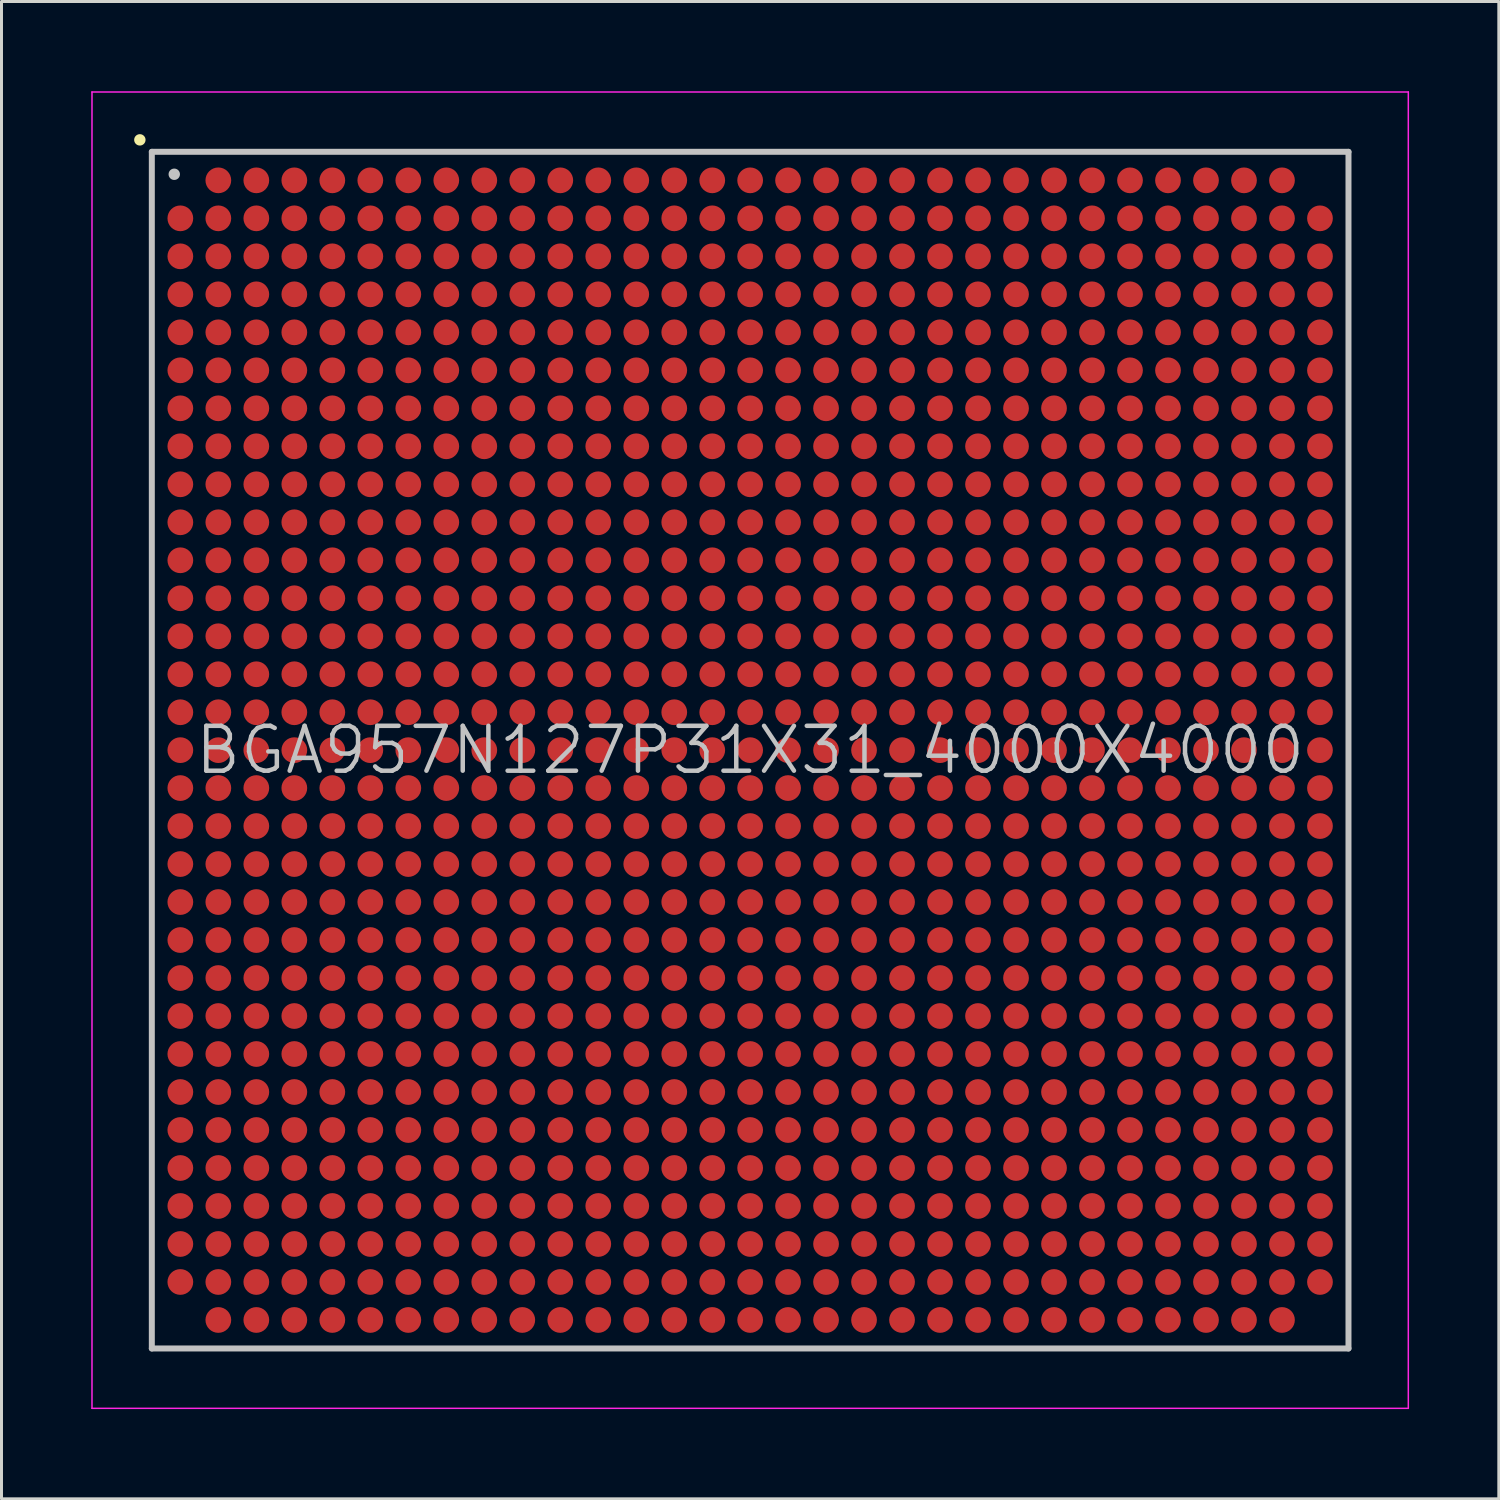
<source format=kicad_pcb>
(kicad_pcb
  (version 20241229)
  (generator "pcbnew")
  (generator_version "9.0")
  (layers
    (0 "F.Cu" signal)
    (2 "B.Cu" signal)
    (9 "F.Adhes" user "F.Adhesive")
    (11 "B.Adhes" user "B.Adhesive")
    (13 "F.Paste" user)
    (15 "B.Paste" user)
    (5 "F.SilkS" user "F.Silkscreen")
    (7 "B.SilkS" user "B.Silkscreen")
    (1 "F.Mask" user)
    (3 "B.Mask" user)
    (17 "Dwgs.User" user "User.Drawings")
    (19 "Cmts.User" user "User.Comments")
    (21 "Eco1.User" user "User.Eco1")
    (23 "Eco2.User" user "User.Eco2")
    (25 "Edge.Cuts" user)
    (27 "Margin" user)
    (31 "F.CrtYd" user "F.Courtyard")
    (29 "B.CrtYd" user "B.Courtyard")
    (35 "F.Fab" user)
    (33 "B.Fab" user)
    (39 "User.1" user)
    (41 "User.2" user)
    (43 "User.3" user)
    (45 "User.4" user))
  (footprint "BGA957N127P31X31_4000X4000"
    (layer "F.Cu")
    (at 22.025 22.025)
    (property "Reference" "BGA957N127P31X31_4000X4000" (at 0 0 0) (layer "Dwgs.User") (effects (font (size 1.5 1.5) (thickness 0.15))))
    (attr smd)
    (fp_line (start -20.4 -20.4) (end -20.4 -20.4) (stroke (width 0.381) (type solid)) (layer "F.SilkS"))
    (fp_line (start -20 -20) (end -20 20) (stroke (width 0.2) (type solid)) (layer "Dwgs.User"))
    (fp_line (start -20 -20) (end 20 -20) (stroke (width 0.2) (type solid)) (layer "Dwgs.User"))
    (fp_line (start -20 20) (end 20 20) (stroke (width 0.2) (type solid)) (layer "Dwgs.User"))
    (fp_line (start -19.25 -19.25) (end -19.25 -19.25) (stroke (width 0.381) (type solid)) (layer "Dwgs.User"))
    (fp_line (start 20 -20) (end 20 20) (stroke (width 0.2) (type solid)) (layer "Dwgs.User"))
    (fp_line (start -22 -22) (end -22 22) (stroke (width 0.05) (type solid)) (layer "F.CrtYd"))
    (fp_line (start -22 -22) (end 22 -22) (stroke (width 0.05) (type solid)) (layer "F.CrtYd"))
    (fp_line (start -22 22) (end 22 22) (stroke (width 0.05) (type solid)) (layer "F.CrtYd"))
    (fp_line (start 22 -22) (end 22 22) (stroke (width 0.05) (type solid)) (layer "F.CrtYd"))
    (pad "A2" smd circle (at -17.777 -19.047 270) (size 0.86 0.86) (layers "F.Cu" "F.Mask" "F.Paste"))
    (pad "A3" smd circle (at -16.507 -19.047 270) (size 0.86 0.86) (layers "F.Cu" "F.Mask" "F.Paste"))
    (pad "A4" smd circle (at -15.237 -19.047 270) (size 0.86 0.86) (layers "F.Cu" "F.Mask" "F.Paste"))
    (pad "A5" smd circle (at -13.967 -19.047 270) (size 0.86 0.86) (layers "F.Cu" "F.Mask" "F.Paste"))
    (pad "A6" smd circle (at -12.697 -19.047 270) (size 0.86 0.86) (layers "F.Cu" "F.Mask" "F.Paste"))
    (pad "A7" smd circle (at -11.427 -19.047 270) (size 0.86 0.86) (layers "F.Cu" "F.Mask" "F.Paste"))
    (pad "A8" smd circle (at -10.157 -19.047 270) (size 0.86 0.86) (layers "F.Cu" "F.Mask" "F.Paste"))
    (pad "A9" smd circle (at -8.887 -19.047 270) (size 0.86 0.86) (layers "F.Cu" "F.Mask" "F.Paste"))
    (pad "A10" smd circle (at -7.617 -19.047 270) (size 0.86 0.86) (layers "F.Cu" "F.Mask" "F.Paste"))
    (pad "A11" smd circle (at -6.347 -19.047 270) (size 0.86 0.86) (layers "F.Cu" "F.Mask" "F.Paste"))
    (pad "A12" smd circle (at -5.077 -19.047 270) (size 0.86 0.86) (layers "F.Cu" "F.Mask" "F.Paste"))
    (pad "A13" smd circle (at -3.807 -19.047 270) (size 0.86 0.86) (layers "F.Cu" "F.Mask" "F.Paste"))
    (pad "A14" smd circle (at -2.537 -19.047 270) (size 0.86 0.86) (layers "F.Cu" "F.Mask" "F.Paste"))
    (pad "A15" smd circle (at -1.267 -19.047 270) (size 0.86 0.86) (layers "F.Cu" "F.Mask" "F.Paste"))
    (pad "A16" smd circle (at 0 -19.047 270) (size 0.86 0.86) (layers "F.Cu" "F.Mask" "F.Paste"))
    (pad "A17" smd circle (at 1.267 -19.047 270) (size 0.86 0.86) (layers "F.Cu" "F.Mask" "F.Paste"))
    (pad "A18" smd circle (at 2.537 -19.047 270) (size 0.86 0.86) (layers "F.Cu" "F.Mask" "F.Paste"))
    (pad "A19" smd circle (at 3.807 -19.047 270) (size 0.86 0.86) (layers "F.Cu" "F.Mask" "F.Paste"))
    (pad "A20" smd circle (at 5.077 -19.047 270) (size 0.86 0.86) (layers "F.Cu" "F.Mask" "F.Paste"))
    (pad "A21" smd circle (at 6.347 -19.047 270) (size 0.86 0.86) (layers "F.Cu" "F.Mask" "F.Paste"))
    (pad "A22" smd circle (at 7.617 -19.047 270) (size 0.86 0.86) (layers "F.Cu" "F.Mask" "F.Paste"))
    (pad "A23" smd circle (at 8.887 -19.047 270) (size 0.86 0.86) (layers "F.Cu" "F.Mask" "F.Paste"))
    (pad "A24" smd circle (at 10.157 -19.047 270) (size 0.86 0.86) (layers "F.Cu" "F.Mask" "F.Paste"))
    (pad "A25" smd circle (at 11.427 -19.047 270) (size 0.86 0.86) (layers "F.Cu" "F.Mask" "F.Paste"))
    (pad "A26" smd circle (at 12.697 -19.047 270) (size 0.86 0.86) (layers "F.Cu" "F.Mask" "F.Paste"))
    (pad "A27" smd circle (at 13.967 -19.047 270) (size 0.86 0.86) (layers "F.Cu" "F.Mask" "F.Paste"))
    (pad "A28" smd circle (at 15.237 -19.047 270) (size 0.86 0.86) (layers "F.Cu" "F.Mask" "F.Paste"))
    (pad "A29" smd circle (at 16.507 -19.047 270) (size 0.86 0.86) (layers "F.Cu" "F.Mask" "F.Paste"))
    (pad "A30" smd circle (at 17.777 -19.047 270) (size 0.86 0.86) (layers "F.Cu" "F.Mask" "F.Paste"))
    (pad "AA1" smd circle (at -19.047 6.347 270) (size 0.86 0.86) (layers "F.Cu" "F.Mask" "F.Paste"))
    (pad "AA2" smd circle (at -17.777 6.347 270) (size 0.86 0.86) (layers "F.Cu" "F.Mask" "F.Paste"))
    (pad "AA3" smd circle (at -16.507 6.347 270) (size 0.86 0.86) (layers "F.Cu" "F.Mask" "F.Paste"))
    (pad "AA4" smd circle (at -15.237 6.347 270) (size 0.86 0.86) (layers "F.Cu" "F.Mask" "F.Paste"))
    (pad "AA5" smd circle (at -13.967 6.347 270) (size 0.86 0.86) (layers "F.Cu" "F.Mask" "F.Paste"))
    (pad "AA6" smd circle (at -12.697 6.347 270) (size 0.86 0.86) (layers "F.Cu" "F.Mask" "F.Paste"))
    (pad "AA7" smd circle (at -11.427 6.347 270) (size 0.86 0.86) (layers "F.Cu" "F.Mask" "F.Paste"))
    (pad "AA8" smd circle (at -10.157 6.347 270) (size 0.86 0.86) (layers "F.Cu" "F.Mask" "F.Paste"))
    (pad "AA9" smd circle (at -8.887 6.347 270) (size 0.86 0.86) (layers "F.Cu" "F.Mask" "F.Paste"))
    (pad "AA10" smd circle (at -7.617 6.347 270) (size 0.86 0.86) (layers "F.Cu" "F.Mask" "F.Paste"))
    (pad "AA11" smd circle (at -6.347 6.347 270) (size 0.86 0.86) (layers "F.Cu" "F.Mask" "F.Paste"))
    (pad "AA12" smd circle (at -5.077 6.347 270) (size 0.86 0.86) (layers "F.Cu" "F.Mask" "F.Paste"))
    (pad "AA13" smd circle (at -3.807 6.347 270) (size 0.86 0.86) (layers "F.Cu" "F.Mask" "F.Paste"))
    (pad "AA14" smd circle (at -2.537 6.347 270) (size 0.86 0.86) (layers "F.Cu" "F.Mask" "F.Paste"))
    (pad "AA15" smd circle (at -1.267 6.347 270) (size 0.86 0.86) (layers "F.Cu" "F.Mask" "F.Paste"))
    (pad "AA16" smd circle (at 0 6.347 270) (size 0.86 0.86) (layers "F.Cu" "F.Mask" "F.Paste"))
    (pad "AA17" smd circle (at 1.267 6.347 270) (size 0.86 0.86) (layers "F.Cu" "F.Mask" "F.Paste"))
    (pad "AA18" smd circle (at 2.537 6.347 270) (size 0.86 0.86) (layers "F.Cu" "F.Mask" "F.Paste"))
    (pad "AA19" smd circle (at 3.807 6.347 270) (size 0.86 0.86) (layers "F.Cu" "F.Mask" "F.Paste"))
    (pad "AA20" smd circle (at 5.077 6.347 270) (size 0.86 0.86) (layers "F.Cu" "F.Mask" "F.Paste"))
    (pad "AA21" smd circle (at 6.347 6.347 270) (size 0.86 0.86) (layers "F.Cu" "F.Mask" "F.Paste"))
    (pad "AA22" smd circle (at 7.617 6.347 270) (size 0.86 0.86) (layers "F.Cu" "F.Mask" "F.Paste"))
    (pad "AA23" smd circle (at 8.887 6.347 270) (size 0.86 0.86) (layers "F.Cu" "F.Mask" "F.Paste"))
    (pad "AA24" smd circle (at 10.157 6.347 270) (size 0.86 0.86) (layers "F.Cu" "F.Mask" "F.Paste"))
    (pad "AA25" smd circle (at 11.427 6.347 270) (size 0.86 0.86) (layers "F.Cu" "F.Mask" "F.Paste"))
    (pad "AA26" smd circle (at 12.697 6.347 270) (size 0.86 0.86) (layers "F.Cu" "F.Mask" "F.Paste"))
    (pad "AA27" smd circle (at 13.967 6.347 270) (size 0.86 0.86) (layers "F.Cu" "F.Mask" "F.Paste"))
    (pad "AA28" smd circle (at 15.237 6.347 270) (size 0.86 0.86) (layers "F.Cu" "F.Mask" "F.Paste"))
    (pad "AA29" smd circle (at 16.507 6.347 270) (size 0.86 0.86) (layers "F.Cu" "F.Mask" "F.Paste"))
    (pad "AA30" smd circle (at 17.777 6.347 270) (size 0.86 0.86) (layers "F.Cu" "F.Mask" "F.Paste"))
    (pad "AA31" smd circle (at 19.047 6.347 270) (size 0.86 0.86) (layers "F.Cu" "F.Mask" "F.Paste"))
    (pad "AB1" smd circle (at -19.047 7.617 270) (size 0.86 0.86) (layers "F.Cu" "F.Mask" "F.Paste"))
    (pad "AB2" smd circle (at -17.777 7.617 270) (size 0.86 0.86) (layers "F.Cu" "F.Mask" "F.Paste"))
    (pad "AB3" smd circle (at -16.507 7.617 270) (size 0.86 0.86) (layers "F.Cu" "F.Mask" "F.Paste"))
    (pad "AB4" smd circle (at -15.237 7.617 270) (size 0.86 0.86) (layers "F.Cu" "F.Mask" "F.Paste"))
    (pad "AB5" smd circle (at -13.967 7.617 270) (size 0.86 0.86) (layers "F.Cu" "F.Mask" "F.Paste"))
    (pad "AB6" smd circle (at -12.697 7.617 270) (size 0.86 0.86) (layers "F.Cu" "F.Mask" "F.Paste"))
    (pad "AB7" smd circle (at -11.427 7.617 270) (size 0.86 0.86) (layers "F.Cu" "F.Mask" "F.Paste"))
    (pad "AB8" smd circle (at -10.157 7.617 270) (size 0.86 0.86) (layers "F.Cu" "F.Mask" "F.Paste"))
    (pad "AB9" smd circle (at -8.887 7.617 270) (size 0.86 0.86) (layers "F.Cu" "F.Mask" "F.Paste"))
    (pad "AB10" smd circle (at -7.617 7.617 270) (size 0.86 0.86) (layers "F.Cu" "F.Mask" "F.Paste"))
    (pad "AB11" smd circle (at -6.347 7.617 270) (size 0.86 0.86) (layers "F.Cu" "F.Mask" "F.Paste"))
    (pad "AB12" smd circle (at -5.077 7.617 270) (size 0.86 0.86) (layers "F.Cu" "F.Mask" "F.Paste"))
    (pad "AB13" smd circle (at -3.807 7.617 270) (size 0.86 0.86) (layers "F.Cu" "F.Mask" "F.Paste"))
    (pad "AB14" smd circle (at -2.537 7.617 270) (size 0.86 0.86) (layers "F.Cu" "F.Mask" "F.Paste"))
    (pad "AB15" smd circle (at -1.267 7.617 270) (size 0.86 0.86) (layers "F.Cu" "F.Mask" "F.Paste"))
    (pad "AB16" smd circle (at 0 7.617 270) (size 0.86 0.86) (layers "F.Cu" "F.Mask" "F.Paste"))
    (pad "AB17" smd circle (at 1.267 7.617 270) (size 0.86 0.86) (layers "F.Cu" "F.Mask" "F.Paste"))
    (pad "AB18" smd circle (at 2.537 7.617 270) (size 0.86 0.86) (layers "F.Cu" "F.Mask" "F.Paste"))
    (pad "AB19" smd circle (at 3.807 7.617 270) (size 0.86 0.86) (layers "F.Cu" "F.Mask" "F.Paste"))
    (pad "AB20" smd circle (at 5.077 7.617 270) (size 0.86 0.86) (layers "F.Cu" "F.Mask" "F.Paste"))
    (pad "AB21" smd circle (at 6.347 7.617 270) (size 0.86 0.86) (layers "F.Cu" "F.Mask" "F.Paste"))
    (pad "AB22" smd circle (at 7.617 7.617 270) (size 0.86 0.86) (layers "F.Cu" "F.Mask" "F.Paste"))
    (pad "AB23" smd circle (at 8.887 7.617 270) (size 0.86 0.86) (layers "F.Cu" "F.Mask" "F.Paste"))
    (pad "AB24" smd circle (at 10.157 7.617 270) (size 0.86 0.86) (layers "F.Cu" "F.Mask" "F.Paste"))
    (pad "AB25" smd circle (at 11.427 7.617 270) (size 0.86 0.86) (layers "F.Cu" "F.Mask" "F.Paste"))
    (pad "AB26" smd circle (at 12.697 7.617 270) (size 0.86 0.86) (layers "F.Cu" "F.Mask" "F.Paste"))
    (pad "AB27" smd circle (at 13.967 7.617 270) (size 0.86 0.86) (layers "F.Cu" "F.Mask" "F.Paste"))
    (pad "AB28" smd circle (at 15.237 7.617 270) (size 0.86 0.86) (layers "F.Cu" "F.Mask" "F.Paste"))
    (pad "AB29" smd circle (at 16.507 7.617 270) (size 0.86 0.86) (layers "F.Cu" "F.Mask" "F.Paste"))
    (pad "AB30" smd circle (at 17.777 7.617 270) (size 0.86 0.86) (layers "F.Cu" "F.Mask" "F.Paste"))
    (pad "AB31" smd circle (at 19.047 7.617 270) (size 0.86 0.86) (layers "F.Cu" "F.Mask" "F.Paste"))
    (pad "AC1" smd circle (at -19.047 8.887 270) (size 0.86 0.86) (layers "F.Cu" "F.Mask" "F.Paste"))
    (pad "AC2" smd circle (at -17.777 8.887 270) (size 0.86 0.86) (layers "F.Cu" "F.Mask" "F.Paste"))
    (pad "AC3" smd circle (at -16.507 8.887 270) (size 0.86 0.86) (layers "F.Cu" "F.Mask" "F.Paste"))
    (pad "AC4" smd circle (at -15.237 8.887 270) (size 0.86 0.86) (layers "F.Cu" "F.Mask" "F.Paste"))
    (pad "AC5" smd circle (at -13.967 8.887 270) (size 0.86 0.86) (layers "F.Cu" "F.Mask" "F.Paste"))
    (pad "AC6" smd circle (at -12.697 8.887 270) (size 0.86 0.86) (layers "F.Cu" "F.Mask" "F.Paste"))
    (pad "AC7" smd circle (at -11.427 8.887 270) (size 0.86 0.86) (layers "F.Cu" "F.Mask" "F.Paste"))
    (pad "AC8" smd circle (at -10.157 8.887 270) (size 0.86 0.86) (layers "F.Cu" "F.Mask" "F.Paste"))
    (pad "AC9" smd circle (at -8.887 8.887 270) (size 0.86 0.86) (layers "F.Cu" "F.Mask" "F.Paste"))
    (pad "AC10" smd circle (at -7.617 8.887 270) (size 0.86 0.86) (layers "F.Cu" "F.Mask" "F.Paste"))
    (pad "AC11" smd circle (at -6.347 8.887 270) (size 0.86 0.86) (layers "F.Cu" "F.Mask" "F.Paste"))
    (pad "AC12" smd circle (at -5.077 8.887 270) (size 0.86 0.86) (layers "F.Cu" "F.Mask" "F.Paste"))
    (pad "AC13" smd circle (at -3.807 8.887 270) (size 0.86 0.86) (layers "F.Cu" "F.Mask" "F.Paste"))
    (pad "AC14" smd circle (at -2.537 8.887 270) (size 0.86 0.86) (layers "F.Cu" "F.Mask" "F.Paste"))
    (pad "AC15" smd circle (at -1.267 8.887 270) (size 0.86 0.86) (layers "F.Cu" "F.Mask" "F.Paste"))
    (pad "AC16" smd circle (at 0 8.887 270) (size 0.86 0.86) (layers "F.Cu" "F.Mask" "F.Paste"))
    (pad "AC17" smd circle (at 1.267 8.887 270) (size 0.86 0.86) (layers "F.Cu" "F.Mask" "F.Paste"))
    (pad "AC18" smd circle (at 2.537 8.887 270) (size 0.86 0.86) (layers "F.Cu" "F.Mask" "F.Paste"))
    (pad "AC19" smd circle (at 3.807 8.887 270) (size 0.86 0.86) (layers "F.Cu" "F.Mask" "F.Paste"))
    (pad "AC20" smd circle (at 5.077 8.887 270) (size 0.86 0.86) (layers "F.Cu" "F.Mask" "F.Paste"))
    (pad "AC21" smd circle (at 6.347 8.887 270) (size 0.86 0.86) (layers "F.Cu" "F.Mask" "F.Paste"))
    (pad "AC22" smd circle (at 7.617 8.887 270) (size 0.86 0.86) (layers "F.Cu" "F.Mask" "F.Paste"))
    (pad "AC23" smd circle (at 8.887 8.887 270) (size 0.86 0.86) (layers "F.Cu" "F.Mask" "F.Paste"))
    (pad "AC24" smd circle (at 10.157 8.887 270) (size 0.86 0.86) (layers "F.Cu" "F.Mask" "F.Paste"))
    (pad "AC25" smd circle (at 11.427 8.887 270) (size 0.86 0.86) (layers "F.Cu" "F.Mask" "F.Paste"))
    (pad "AC26" smd circle (at 12.697 8.887 270) (size 0.86 0.86) (layers "F.Cu" "F.Mask" "F.Paste"))
    (pad "AC27" smd circle (at 13.967 8.887 270) (size 0.86 0.86) (layers "F.Cu" "F.Mask" "F.Paste"))
    (pad "AC28" smd circle (at 15.237 8.887 270) (size 0.86 0.86) (layers "F.Cu" "F.Mask" "F.Paste"))
    (pad "AC29" smd circle (at 16.507 8.887 270) (size 0.86 0.86) (layers "F.Cu" "F.Mask" "F.Paste"))
    (pad "AC30" smd circle (at 17.777 8.887 270) (size 0.86 0.86) (layers "F.Cu" "F.Mask" "F.Paste"))
    (pad "AC31" smd circle (at 19.047 8.887 270) (size 0.86 0.86) (layers "F.Cu" "F.Mask" "F.Paste"))
    (pad "AD1" smd circle (at -19.047 10.157 270) (size 0.86 0.86) (layers "F.Cu" "F.Mask" "F.Paste"))
    (pad "AD2" smd circle (at -17.777 10.157 270) (size 0.86 0.86) (layers "F.Cu" "F.Mask" "F.Paste"))
    (pad "AD3" smd circle (at -16.507 10.157 270) (size 0.86 0.86) (layers "F.Cu" "F.Mask" "F.Paste"))
    (pad "AD4" smd circle (at -15.237 10.157 270) (size 0.86 0.86) (layers "F.Cu" "F.Mask" "F.Paste"))
    (pad "AD5" smd circle (at -13.967 10.157 270) (size 0.86 0.86) (layers "F.Cu" "F.Mask" "F.Paste"))
    (pad "AD6" smd circle (at -12.697 10.157 270) (size 0.86 0.86) (layers "F.Cu" "F.Mask" "F.Paste"))
    (pad "AD7" smd circle (at -11.427 10.157 270) (size 0.86 0.86) (layers "F.Cu" "F.Mask" "F.Paste"))
    (pad "AD8" smd circle (at -10.157 10.157 270) (size 0.86 0.86) (layers "F.Cu" "F.Mask" "F.Paste"))
    (pad "AD9" smd circle (at -8.887 10.157 270) (size 0.86 0.86) (layers "F.Cu" "F.Mask" "F.Paste"))
    (pad "AD10" smd circle (at -7.617 10.157 270) (size 0.86 0.86) (layers "F.Cu" "F.Mask" "F.Paste"))
    (pad "AD11" smd circle (at -6.347 10.157 270) (size 0.86 0.86) (layers "F.Cu" "F.Mask" "F.Paste"))
    (pad "AD12" smd circle (at -5.077 10.157 270) (size 0.86 0.86) (layers "F.Cu" "F.Mask" "F.Paste"))
    (pad "AD13" smd circle (at -3.807 10.157 270) (size 0.86 0.86) (layers "F.Cu" "F.Mask" "F.Paste"))
    (pad "AD14" smd circle (at -2.537 10.157 270) (size 0.86 0.86) (layers "F.Cu" "F.Mask" "F.Paste"))
    (pad "AD15" smd circle (at -1.267 10.157 270) (size 0.86 0.86) (layers "F.Cu" "F.Mask" "F.Paste"))
    (pad "AD16" smd circle (at 0 10.157 270) (size 0.86 0.86) (layers "F.Cu" "F.Mask" "F.Paste"))
    (pad "AD17" smd circle (at 1.267 10.157 270) (size 0.86 0.86) (layers "F.Cu" "F.Mask" "F.Paste"))
    (pad "AD18" smd circle (at 2.537 10.157 270) (size 0.86 0.86) (layers "F.Cu" "F.Mask" "F.Paste"))
    (pad "AD19" smd circle (at 3.807 10.157 270) (size 0.86 0.86) (layers "F.Cu" "F.Mask" "F.Paste"))
    (pad "AD20" smd circle (at 5.077 10.157 270) (size 0.86 0.86) (layers "F.Cu" "F.Mask" "F.Paste"))
    (pad "AD21" smd circle (at 6.347 10.157 270) (size 0.86 0.86) (layers "F.Cu" "F.Mask" "F.Paste"))
    (pad "AD22" smd circle (at 7.617 10.157 270) (size 0.86 0.86) (layers "F.Cu" "F.Mask" "F.Paste"))
    (pad "AD23" smd circle (at 8.887 10.157 270) (size 0.86 0.86) (layers "F.Cu" "F.Mask" "F.Paste"))
    (pad "AD24" smd circle (at 10.157 10.157 270) (size 0.86 0.86) (layers "F.Cu" "F.Mask" "F.Paste"))
    (pad "AD25" smd circle (at 11.427 10.157 270) (size 0.86 0.86) (layers "F.Cu" "F.Mask" "F.Paste"))
    (pad "AD26" smd circle (at 12.697 10.157 270) (size 0.86 0.86) (layers "F.Cu" "F.Mask" "F.Paste"))
    (pad "AD27" smd circle (at 13.967 10.157 270) (size 0.86 0.86) (layers "F.Cu" "F.Mask" "F.Paste"))
    (pad "AD28" smd circle (at 15.237 10.157 270) (size 0.86 0.86) (layers "F.Cu" "F.Mask" "F.Paste"))
    (pad "AD29" smd circle (at 16.507 10.157 270) (size 0.86 0.86) (layers "F.Cu" "F.Mask" "F.Paste"))
    (pad "AD30" smd circle (at 17.777 10.157 270) (size 0.86 0.86) (layers "F.Cu" "F.Mask" "F.Paste"))
    (pad "AD31" smd circle (at 19.047 10.157 270) (size 0.86 0.86) (layers "F.Cu" "F.Mask" "F.Paste"))
    (pad "AE1" smd circle (at -19.047 11.427 270) (size 0.86 0.86) (layers "F.Cu" "F.Mask" "F.Paste"))
    (pad "AE2" smd circle (at -17.777 11.427 270) (size 0.86 0.86) (layers "F.Cu" "F.Mask" "F.Paste"))
    (pad "AE3" smd circle (at -16.507 11.427 270) (size 0.86 0.86) (layers "F.Cu" "F.Mask" "F.Paste"))
    (pad "AE4" smd circle (at -15.237 11.427 270) (size 0.86 0.86) (layers "F.Cu" "F.Mask" "F.Paste"))
    (pad "AE5" smd circle (at -13.967 11.427 270) (size 0.86 0.86) (layers "F.Cu" "F.Mask" "F.Paste"))
    (pad "AE6" smd circle (at -12.697 11.427 270) (size 0.86 0.86) (layers "F.Cu" "F.Mask" "F.Paste"))
    (pad "AE7" smd circle (at -11.427 11.427 270) (size 0.86 0.86) (layers "F.Cu" "F.Mask" "F.Paste"))
    (pad "AE8" smd circle (at -10.157 11.427 270) (size 0.86 0.86) (layers "F.Cu" "F.Mask" "F.Paste"))
    (pad "AE9" smd circle (at -8.887 11.427 270) (size 0.86 0.86) (layers "F.Cu" "F.Mask" "F.Paste"))
    (pad "AE10" smd circle (at -7.617 11.427 270) (size 0.86 0.86) (layers "F.Cu" "F.Mask" "F.Paste"))
    (pad "AE11" smd circle (at -6.347 11.427 270) (size 0.86 0.86) (layers "F.Cu" "F.Mask" "F.Paste"))
    (pad "AE12" smd circle (at -5.077 11.427 270) (size 0.86 0.86) (layers "F.Cu" "F.Mask" "F.Paste"))
    (pad "AE13" smd circle (at -3.807 11.427 270) (size 0.86 0.86) (layers "F.Cu" "F.Mask" "F.Paste"))
    (pad "AE14" smd circle (at -2.537 11.427 270) (size 0.86 0.86) (layers "F.Cu" "F.Mask" "F.Paste"))
    (pad "AE15" smd circle (at -1.267 11.427 270) (size 0.86 0.86) (layers "F.Cu" "F.Mask" "F.Paste"))
    (pad "AE16" smd circle (at 0 11.427 270) (size 0.86 0.86) (layers "F.Cu" "F.Mask" "F.Paste"))
    (pad "AE17" smd circle (at 1.267 11.427 270) (size 0.86 0.86) (layers "F.Cu" "F.Mask" "F.Paste"))
    (pad "AE18" smd circle (at 2.537 11.427 270) (size 0.86 0.86) (layers "F.Cu" "F.Mask" "F.Paste"))
    (pad "AE19" smd circle (at 3.807 11.427 270) (size 0.86 0.86) (layers "F.Cu" "F.Mask" "F.Paste"))
    (pad "AE20" smd circle (at 5.077 11.427 270) (size 0.86 0.86) (layers "F.Cu" "F.Mask" "F.Paste"))
    (pad "AE21" smd circle (at 6.347 11.427 270) (size 0.86 0.86) (layers "F.Cu" "F.Mask" "F.Paste"))
    (pad "AE22" smd circle (at 7.617 11.427 270) (size 0.86 0.86) (layers "F.Cu" "F.Mask" "F.Paste"))
    (pad "AE23" smd circle (at 8.887 11.427 270) (size 0.86 0.86) (layers "F.Cu" "F.Mask" "F.Paste"))
    (pad "AE24" smd circle (at 10.157 11.427 270) (size 0.86 0.86) (layers "F.Cu" "F.Mask" "F.Paste"))
    (pad "AE25" smd circle (at 11.427 11.427 270) (size 0.86 0.86) (layers "F.Cu" "F.Mask" "F.Paste"))
    (pad "AE26" smd circle (at 12.697 11.427 270) (size 0.86 0.86) (layers "F.Cu" "F.Mask" "F.Paste"))
    (pad "AE27" smd circle (at 13.967 11.427 270) (size 0.86 0.86) (layers "F.Cu" "F.Mask" "F.Paste"))
    (pad "AE28" smd circle (at 15.237 11.427 270) (size 0.86 0.86) (layers "F.Cu" "F.Mask" "F.Paste"))
    (pad "AE29" smd circle (at 16.507 11.427 270) (size 0.86 0.86) (layers "F.Cu" "F.Mask" "F.Paste"))
    (pad "AE30" smd circle (at 17.777 11.427 270) (size 0.86 0.86) (layers "F.Cu" "F.Mask" "F.Paste"))
    (pad "AE31" smd circle (at 19.047 11.427 270) (size 0.86 0.86) (layers "F.Cu" "F.Mask" "F.Paste"))
    (pad "AF1" smd circle (at -19.047 12.697 270) (size 0.86 0.86) (layers "F.Cu" "F.Mask" "F.Paste"))
    (pad "AF2" smd circle (at -17.777 12.697 270) (size 0.86 0.86) (layers "F.Cu" "F.Mask" "F.Paste"))
    (pad "AF3" smd circle (at -16.507 12.697 270) (size 0.86 0.86) (layers "F.Cu" "F.Mask" "F.Paste"))
    (pad "AF4" smd circle (at -15.237 12.697 270) (size 0.86 0.86) (layers "F.Cu" "F.Mask" "F.Paste"))
    (pad "AF5" smd circle (at -13.967 12.697 270) (size 0.86 0.86) (layers "F.Cu" "F.Mask" "F.Paste"))
    (pad "AF6" smd circle (at -12.697 12.697 270) (size 0.86 0.86) (layers "F.Cu" "F.Mask" "F.Paste"))
    (pad "AF7" smd circle (at -11.427 12.697 270) (size 0.86 0.86) (layers "F.Cu" "F.Mask" "F.Paste"))
    (pad "AF8" smd circle (at -10.157 12.697 270) (size 0.86 0.86) (layers "F.Cu" "F.Mask" "F.Paste"))
    (pad "AF9" smd circle (at -8.887 12.697 270) (size 0.86 0.86) (layers "F.Cu" "F.Mask" "F.Paste"))
    (pad "AF10" smd circle (at -7.617 12.697 270) (size 0.86 0.86) (layers "F.Cu" "F.Mask" "F.Paste"))
    (pad "AF11" smd circle (at -6.347 12.697 270) (size 0.86 0.86) (layers "F.Cu" "F.Mask" "F.Paste"))
    (pad "AF12" smd circle (at -5.077 12.697 270) (size 0.86 0.86) (layers "F.Cu" "F.Mask" "F.Paste"))
    (pad "AF13" smd circle (at -3.807 12.697 270) (size 0.86 0.86) (layers "F.Cu" "F.Mask" "F.Paste"))
    (pad "AF14" smd circle (at -2.537 12.697 270) (size 0.86 0.86) (layers "F.Cu" "F.Mask" "F.Paste"))
    (pad "AF15" smd circle (at -1.267 12.697 270) (size 0.86 0.86) (layers "F.Cu" "F.Mask" "F.Paste"))
    (pad "AF16" smd circle (at 0 12.697 270) (size 0.86 0.86) (layers "F.Cu" "F.Mask" "F.Paste"))
    (pad "AF17" smd circle (at 1.267 12.697 270) (size 0.86 0.86) (layers "F.Cu" "F.Mask" "F.Paste"))
    (pad "AF18" smd circle (at 2.537 12.697 270) (size 0.86 0.86) (layers "F.Cu" "F.Mask" "F.Paste"))
    (pad "AF19" smd circle (at 3.807 12.697 270) (size 0.86 0.86) (layers "F.Cu" "F.Mask" "F.Paste"))
    (pad "AF20" smd circle (at 5.077 12.697 270) (size 0.86 0.86) (layers "F.Cu" "F.Mask" "F.Paste"))
    (pad "AF21" smd circle (at 6.347 12.697 270) (size 0.86 0.86) (layers "F.Cu" "F.Mask" "F.Paste"))
    (pad "AF22" smd circle (at 7.617 12.697 270) (size 0.86 0.86) (layers "F.Cu" "F.Mask" "F.Paste"))
    (pad "AF23" smd circle (at 8.887 12.697 270) (size 0.86 0.86) (layers "F.Cu" "F.Mask" "F.Paste"))
    (pad "AF24" smd circle (at 10.157 12.697 270) (size 0.86 0.86) (layers "F.Cu" "F.Mask" "F.Paste"))
    (pad "AF25" smd circle (at 11.427 12.697 270) (size 0.86 0.86) (layers "F.Cu" "F.Mask" "F.Paste"))
    (pad "AF26" smd circle (at 12.697 12.697 270) (size 0.86 0.86) (layers "F.Cu" "F.Mask" "F.Paste"))
    (pad "AF27" smd circle (at 13.967 12.697 270) (size 0.86 0.86) (layers "F.Cu" "F.Mask" "F.Paste"))
    (pad "AF28" smd circle (at 15.237 12.697 270) (size 0.86 0.86) (layers "F.Cu" "F.Mask" "F.Paste"))
    (pad "AF29" smd circle (at 16.507 12.697 270) (size 0.86 0.86) (layers "F.Cu" "F.Mask" "F.Paste"))
    (pad "AF30" smd circle (at 17.777 12.697 270) (size 0.86 0.86) (layers "F.Cu" "F.Mask" "F.Paste"))
    (pad "AF31" smd circle (at 19.047 12.697 270) (size 0.86 0.86) (layers "F.Cu" "F.Mask" "F.Paste"))
    (pad "AG1" smd circle (at -19.047 13.967 270) (size 0.86 0.86) (layers "F.Cu" "F.Mask" "F.Paste"))
    (pad "AG2" smd circle (at -17.777 13.967 270) (size 0.86 0.86) (layers "F.Cu" "F.Mask" "F.Paste"))
    (pad "AG3" smd circle (at -16.507 13.967 270) (size 0.86 0.86) (layers "F.Cu" "F.Mask" "F.Paste"))
    (pad "AG4" smd circle (at -15.237 13.967 270) (size 0.86 0.86) (layers "F.Cu" "F.Mask" "F.Paste"))
    (pad "AG5" smd circle (at -13.967 13.967 270) (size 0.86 0.86) (layers "F.Cu" "F.Mask" "F.Paste"))
    (pad "AG6" smd circle (at -12.697 13.967 270) (size 0.86 0.86) (layers "F.Cu" "F.Mask" "F.Paste"))
    (pad "AG7" smd circle (at -11.427 13.967 270) (size 0.86 0.86) (layers "F.Cu" "F.Mask" "F.Paste"))
    (pad "AG8" smd circle (at -10.157 13.967 270) (size 0.86 0.86) (layers "F.Cu" "F.Mask" "F.Paste"))
    (pad "AG9" smd circle (at -8.887 13.967 270) (size 0.86 0.86) (layers "F.Cu" "F.Mask" "F.Paste"))
    (pad "AG10" smd circle (at -7.617 13.967 270) (size 0.86 0.86) (layers "F.Cu" "F.Mask" "F.Paste"))
    (pad "AG11" smd circle (at -6.347 13.967 270) (size 0.86 0.86) (layers "F.Cu" "F.Mask" "F.Paste"))
    (pad "AG12" smd circle (at -5.077 13.967 270) (size 0.86 0.86) (layers "F.Cu" "F.Mask" "F.Paste"))
    (pad "AG13" smd circle (at -3.807 13.967 270) (size 0.86 0.86) (layers "F.Cu" "F.Mask" "F.Paste"))
    (pad "AG14" smd circle (at -2.537 13.967 270) (size 0.86 0.86) (layers "F.Cu" "F.Mask" "F.Paste"))
    (pad "AG15" smd circle (at -1.267 13.967 270) (size 0.86 0.86) (layers "F.Cu" "F.Mask" "F.Paste"))
    (pad "AG16" smd circle (at 0 13.967 270) (size 0.86 0.86) (layers "F.Cu" "F.Mask" "F.Paste"))
    (pad "AG17" smd circle (at 1.267 13.967 270) (size 0.86 0.86) (layers "F.Cu" "F.Mask" "F.Paste"))
    (pad "AG18" smd circle (at 2.537 13.967 270) (size 0.86 0.86) (layers "F.Cu" "F.Mask" "F.Paste"))
    (pad "AG19" smd circle (at 3.807 13.967 270) (size 0.86 0.86) (layers "F.Cu" "F.Mask" "F.Paste"))
    (pad "AG20" smd circle (at 5.077 13.967 270) (size 0.86 0.86) (layers "F.Cu" "F.Mask" "F.Paste"))
    (pad "AG21" smd circle (at 6.347 13.967 270) (size 0.86 0.86) (layers "F.Cu" "F.Mask" "F.Paste"))
    (pad "AG22" smd circle (at 7.617 13.967 270) (size 0.86 0.86) (layers "F.Cu" "F.Mask" "F.Paste"))
    (pad "AG23" smd circle (at 8.887 13.967 270) (size 0.86 0.86) (layers "F.Cu" "F.Mask" "F.Paste"))
    (pad "AG24" smd circle (at 10.157 13.967 270) (size 0.86 0.86) (layers "F.Cu" "F.Mask" "F.Paste"))
    (pad "AG25" smd circle (at 11.427 13.967 270) (size 0.86 0.86) (layers "F.Cu" "F.Mask" "F.Paste"))
    (pad "AG26" smd circle (at 12.697 13.967 270) (size 0.86 0.86) (layers "F.Cu" "F.Mask" "F.Paste"))
    (pad "AG27" smd circle (at 13.967 13.967 270) (size 0.86 0.86) (layers "F.Cu" "F.Mask" "F.Paste"))
    (pad "AG28" smd circle (at 15.237 13.967 270) (size 0.86 0.86) (layers "F.Cu" "F.Mask" "F.Paste"))
    (pad "AG29" smd circle (at 16.507 13.967 270) (size 0.86 0.86) (layers "F.Cu" "F.Mask" "F.Paste"))
    (pad "AG30" smd circle (at 17.777 13.967 270) (size 0.86 0.86) (layers "F.Cu" "F.Mask" "F.Paste"))
    (pad "AG31" smd circle (at 19.047 13.967 270) (size 0.86 0.86) (layers "F.Cu" "F.Mask" "F.Paste"))
    (pad "AH1" smd circle (at -19.047 15.237 270) (size 0.86 0.86) (layers "F.Cu" "F.Mask" "F.Paste"))
    (pad "AH2" smd circle (at -17.777 15.237 270) (size 0.86 0.86) (layers "F.Cu" "F.Mask" "F.Paste"))
    (pad "AH3" smd circle (at -16.507 15.237 270) (size 0.86 0.86) (layers "F.Cu" "F.Mask" "F.Paste"))
    (pad "AH4" smd circle (at -15.237 15.237 270) (size 0.86 0.86) (layers "F.Cu" "F.Mask" "F.Paste"))
    (pad "AH5" smd circle (at -13.967 15.237 270) (size 0.86 0.86) (layers "F.Cu" "F.Mask" "F.Paste"))
    (pad "AH6" smd circle (at -12.697 15.237 270) (size 0.86 0.86) (layers "F.Cu" "F.Mask" "F.Paste"))
    (pad "AH7" smd circle (at -11.427 15.237 270) (size 0.86 0.86) (layers "F.Cu" "F.Mask" "F.Paste"))
    (pad "AH8" smd circle (at -10.157 15.237 270) (size 0.86 0.86) (layers "F.Cu" "F.Mask" "F.Paste"))
    (pad "AH9" smd circle (at -8.887 15.237 270) (size 0.86 0.86) (layers "F.Cu" "F.Mask" "F.Paste"))
    (pad "AH10" smd circle (at -7.617 15.237 270) (size 0.86 0.86) (layers "F.Cu" "F.Mask" "F.Paste"))
    (pad "AH11" smd circle (at -6.347 15.237 270) (size 0.86 0.86) (layers "F.Cu" "F.Mask" "F.Paste"))
    (pad "AH12" smd circle (at -5.077 15.237 270) (size 0.86 0.86) (layers "F.Cu" "F.Mask" "F.Paste"))
    (pad "AH13" smd circle (at -3.807 15.237 270) (size 0.86 0.86) (layers "F.Cu" "F.Mask" "F.Paste"))
    (pad "AH14" smd circle (at -2.537 15.237 270) (size 0.86 0.86) (layers "F.Cu" "F.Mask" "F.Paste"))
    (pad "AH15" smd circle (at -1.267 15.237 270) (size 0.86 0.86) (layers "F.Cu" "F.Mask" "F.Paste"))
    (pad "AH16" smd circle (at 0 15.237 270) (size 0.86 0.86) (layers "F.Cu" "F.Mask" "F.Paste"))
    (pad "AH17" smd circle (at 1.267 15.237 270) (size 0.86 0.86) (layers "F.Cu" "F.Mask" "F.Paste"))
    (pad "AH18" smd circle (at 2.537 15.237 270) (size 0.86 0.86) (layers "F.Cu" "F.Mask" "F.Paste"))
    (pad "AH19" smd circle (at 3.807 15.237 270) (size 0.86 0.86) (layers "F.Cu" "F.Mask" "F.Paste"))
    (pad "AH20" smd circle (at 5.077 15.237 270) (size 0.86 0.86) (layers "F.Cu" "F.Mask" "F.Paste"))
    (pad "AH21" smd circle (at 6.347 15.237 270) (size 0.86 0.86) (layers "F.Cu" "F.Mask" "F.Paste"))
    (pad "AH22" smd circle (at 7.617 15.237 270) (size 0.86 0.86) (layers "F.Cu" "F.Mask" "F.Paste"))
    (pad "AH23" smd circle (at 8.887 15.237 270) (size 0.86 0.86) (layers "F.Cu" "F.Mask" "F.Paste"))
    (pad "AH24" smd circle (at 10.157 15.237 270) (size 0.86 0.86) (layers "F.Cu" "F.Mask" "F.Paste"))
    (pad "AH25" smd circle (at 11.427 15.237 270) (size 0.86 0.86) (layers "F.Cu" "F.Mask" "F.Paste"))
    (pad "AH26" smd circle (at 12.697 15.237 270) (size 0.86 0.86) (layers "F.Cu" "F.Mask" "F.Paste"))
    (pad "AH27" smd circle (at 13.967 15.237 270) (size 0.86 0.86) (layers "F.Cu" "F.Mask" "F.Paste"))
    (pad "AH28" smd circle (at 15.237 15.237 270) (size 0.86 0.86) (layers "F.Cu" "F.Mask" "F.Paste"))
    (pad "AH29" smd circle (at 16.507 15.237 270) (size 0.86 0.86) (layers "F.Cu" "F.Mask" "F.Paste"))
    (pad "AH30" smd circle (at 17.777 15.237 270) (size 0.86 0.86) (layers "F.Cu" "F.Mask" "F.Paste"))
    (pad "AH31" smd circle (at 19.047 15.237 270) (size 0.86 0.86) (layers "F.Cu" "F.Mask" "F.Paste"))
    (pad "AJ1" smd circle (at -19.047 16.507 270) (size 0.86 0.86) (layers "F.Cu" "F.Mask" "F.Paste"))
    (pad "AJ2" smd circle (at -17.777 16.507 270) (size 0.86 0.86) (layers "F.Cu" "F.Mask" "F.Paste"))
    (pad "AJ3" smd circle (at -16.507 16.507 270) (size 0.86 0.86) (layers "F.Cu" "F.Mask" "F.Paste"))
    (pad "AJ4" smd circle (at -15.237 16.507 270) (size 0.86 0.86) (layers "F.Cu" "F.Mask" "F.Paste"))
    (pad "AJ5" smd circle (at -13.967 16.507 270) (size 0.86 0.86) (layers "F.Cu" "F.Mask" "F.Paste"))
    (pad "AJ6" smd circle (at -12.697 16.507 270) (size 0.86 0.86) (layers "F.Cu" "F.Mask" "F.Paste"))
    (pad "AJ7" smd circle (at -11.427 16.507 270) (size 0.86 0.86) (layers "F.Cu" "F.Mask" "F.Paste"))
    (pad "AJ8" smd circle (at -10.157 16.507 270) (size 0.86 0.86) (layers "F.Cu" "F.Mask" "F.Paste"))
    (pad "AJ9" smd circle (at -8.887 16.507 270) (size 0.86 0.86) (layers "F.Cu" "F.Mask" "F.Paste"))
    (pad "AJ10" smd circle (at -7.617 16.507 270) (size 0.86 0.86) (layers "F.Cu" "F.Mask" "F.Paste"))
    (pad "AJ11" smd circle (at -6.347 16.507 270) (size 0.86 0.86) (layers "F.Cu" "F.Mask" "F.Paste"))
    (pad "AJ12" smd circle (at -5.077 16.507 270) (size 0.86 0.86) (layers "F.Cu" "F.Mask" "F.Paste"))
    (pad "AJ13" smd circle (at -3.807 16.507 270) (size 0.86 0.86) (layers "F.Cu" "F.Mask" "F.Paste"))
    (pad "AJ14" smd circle (at -2.537 16.507 270) (size 0.86 0.86) (layers "F.Cu" "F.Mask" "F.Paste"))
    (pad "AJ15" smd circle (at -1.267 16.507 270) (size 0.86 0.86) (layers "F.Cu" "F.Mask" "F.Paste"))
    (pad "AJ16" smd circle (at 0 16.507 270) (size 0.86 0.86) (layers "F.Cu" "F.Mask" "F.Paste"))
    (pad "AJ17" smd circle (at 1.267 16.507 270) (size 0.86 0.86) (layers "F.Cu" "F.Mask" "F.Paste"))
    (pad "AJ18" smd circle (at 2.537 16.507 270) (size 0.86 0.86) (layers "F.Cu" "F.Mask" "F.Paste"))
    (pad "AJ19" smd circle (at 3.807 16.507 270) (size 0.86 0.86) (layers "F.Cu" "F.Mask" "F.Paste"))
    (pad "AJ20" smd circle (at 5.077 16.507 270) (size 0.86 0.86) (layers "F.Cu" "F.Mask" "F.Paste"))
    (pad "AJ21" smd circle (at 6.347 16.507 270) (size 0.86 0.86) (layers "F.Cu" "F.Mask" "F.Paste"))
    (pad "AJ22" smd circle (at 7.617 16.507 270) (size 0.86 0.86) (layers "F.Cu" "F.Mask" "F.Paste"))
    (pad "AJ23" smd circle (at 8.887 16.507 270) (size 0.86 0.86) (layers "F.Cu" "F.Mask" "F.Paste"))
    (pad "AJ24" smd circle (at 10.157 16.507 270) (size 0.86 0.86) (layers "F.Cu" "F.Mask" "F.Paste"))
    (pad "AJ25" smd circle (at 11.427 16.507 270) (size 0.86 0.86) (layers "F.Cu" "F.Mask" "F.Paste"))
    (pad "AJ26" smd circle (at 12.697 16.507 270) (size 0.86 0.86) (layers "F.Cu" "F.Mask" "F.Paste"))
    (pad "AJ27" smd circle (at 13.967 16.507 270) (size 0.86 0.86) (layers "F.Cu" "F.Mask" "F.Paste"))
    (pad "AJ28" smd circle (at 15.237 16.507 270) (size 0.86 0.86) (layers "F.Cu" "F.Mask" "F.Paste"))
    (pad "AJ29" smd circle (at 16.507 16.507 270) (size 0.86 0.86) (layers "F.Cu" "F.Mask" "F.Paste"))
    (pad "AJ30" smd circle (at 17.777 16.507 270) (size 0.86 0.86) (layers "F.Cu" "F.Mask" "F.Paste"))
    (pad "AJ31" smd circle (at 19.047 16.507 270) (size 0.86 0.86) (layers "F.Cu" "F.Mask" "F.Paste"))
    (pad "AK1" smd circle (at -19.047 17.777 270) (size 0.86 0.86) (layers "F.Cu" "F.Mask" "F.Paste"))
    (pad "AK2" smd circle (at -17.777 17.777 270) (size 0.86 0.86) (layers "F.Cu" "F.Mask" "F.Paste"))
    (pad "AK3" smd circle (at -16.507 17.777 270) (size 0.86 0.86) (layers "F.Cu" "F.Mask" "F.Paste"))
    (pad "AK4" smd circle (at -15.237 17.777 270) (size 0.86 0.86) (layers "F.Cu" "F.Mask" "F.Paste"))
    (pad "AK5" smd circle (at -13.967 17.777 270) (size 0.86 0.86) (layers "F.Cu" "F.Mask" "F.Paste"))
    (pad "AK6" smd circle (at -12.697 17.777 270) (size 0.86 0.86) (layers "F.Cu" "F.Mask" "F.Paste"))
    (pad "AK7" smd circle (at -11.427 17.777 270) (size 0.86 0.86) (layers "F.Cu" "F.Mask" "F.Paste"))
    (pad "AK8" smd circle (at -10.157 17.777 270) (size 0.86 0.86) (layers "F.Cu" "F.Mask" "F.Paste"))
    (pad "AK9" smd circle (at -8.887 17.777 270) (size 0.86 0.86) (layers "F.Cu" "F.Mask" "F.Paste"))
    (pad "AK10" smd circle (at -7.617 17.777 270) (size 0.86 0.86) (layers "F.Cu" "F.Mask" "F.Paste"))
    (pad "AK11" smd circle (at -6.347 17.777 270) (size 0.86 0.86) (layers "F.Cu" "F.Mask" "F.Paste"))
    (pad "AK12" smd circle (at -5.077 17.777 270) (size 0.86 0.86) (layers "F.Cu" "F.Mask" "F.Paste"))
    (pad "AK13" smd circle (at -3.807 17.777 270) (size 0.86 0.86) (layers "F.Cu" "F.Mask" "F.Paste"))
    (pad "AK14" smd circle (at -2.537 17.777 270) (size 0.86 0.86) (layers "F.Cu" "F.Mask" "F.Paste"))
    (pad "AK15" smd circle (at -1.267 17.777 270) (size 0.86 0.86) (layers "F.Cu" "F.Mask" "F.Paste"))
    (pad "AK16" smd circle (at 0 17.777 270) (size 0.86 0.86) (layers "F.Cu" "F.Mask" "F.Paste"))
    (pad "AK17" smd circle (at 1.267 17.777 270) (size 0.86 0.86) (layers "F.Cu" "F.Mask" "F.Paste"))
    (pad "AK18" smd circle (at 2.537 17.777 270) (size 0.86 0.86) (layers "F.Cu" "F.Mask" "F.Paste"))
    (pad "AK19" smd circle (at 3.807 17.777 270) (size 0.86 0.86) (layers "F.Cu" "F.Mask" "F.Paste"))
    (pad "AK20" smd circle (at 5.077 17.777 270) (size 0.86 0.86) (layers "F.Cu" "F.Mask" "F.Paste"))
    (pad "AK21" smd circle (at 6.347 17.777 270) (size 0.86 0.86) (layers "F.Cu" "F.Mask" "F.Paste"))
    (pad "AK22" smd circle (at 7.617 17.777 270) (size 0.86 0.86) (layers "F.Cu" "F.Mask" "F.Paste"))
    (pad "AK23" smd circle (at 8.887 17.777 270) (size 0.86 0.86) (layers "F.Cu" "F.Mask" "F.Paste"))
    (pad "AK24" smd circle (at 10.157 17.777 270) (size 0.86 0.86) (layers "F.Cu" "F.Mask" "F.Paste"))
    (pad "AK25" smd circle (at 11.427 17.777 270) (size 0.86 0.86) (layers "F.Cu" "F.Mask" "F.Paste"))
    (pad "AK26" smd circle (at 12.697 17.777 270) (size 0.86 0.86) (layers "F.Cu" "F.Mask" "F.Paste"))
    (pad "AK27" smd circle (at 13.967 17.777 270) (size 0.86 0.86) (layers "F.Cu" "F.Mask" "F.Paste"))
    (pad "AK28" smd circle (at 15.237 17.777 270) (size 0.86 0.86) (layers "F.Cu" "F.Mask" "F.Paste"))
    (pad "AK29" smd circle (at 16.507 17.777 270) (size 0.86 0.86) (layers "F.Cu" "F.Mask" "F.Paste"))
    (pad "AK30" smd circle (at 17.777 17.777 270) (size 0.86 0.86) (layers "F.Cu" "F.Mask" "F.Paste"))
    (pad "AK31" smd circle (at 19.047 17.777 270) (size 0.86 0.86) (layers "F.Cu" "F.Mask" "F.Paste"))
    (pad "AL2" smd circle (at -17.777 19.047 270) (size 0.86 0.86) (layers "F.Cu" "F.Mask" "F.Paste"))
    (pad "AL3" smd circle (at -16.507 19.047 270) (size 0.86 0.86) (layers "F.Cu" "F.Mask" "F.Paste"))
    (pad "AL4" smd circle (at -15.237 19.047 270) (size 0.86 0.86) (layers "F.Cu" "F.Mask" "F.Paste"))
    (pad "AL5" smd circle (at -13.967 19.047 270) (size 0.86 0.86) (layers "F.Cu" "F.Mask" "F.Paste"))
    (pad "AL6" smd circle (at -12.697 19.047 270) (size 0.86 0.86) (layers "F.Cu" "F.Mask" "F.Paste"))
    (pad "AL7" smd circle (at -11.427 19.047 270) (size 0.86 0.86) (layers "F.Cu" "F.Mask" "F.Paste"))
    (pad "AL8" smd circle (at -10.157 19.047 270) (size 0.86 0.86) (layers "F.Cu" "F.Mask" "F.Paste"))
    (pad "AL9" smd circle (at -8.887 19.047 270) (size 0.86 0.86) (layers "F.Cu" "F.Mask" "F.Paste"))
    (pad "AL10" smd circle (at -7.617 19.047 270) (size 0.86 0.86) (layers "F.Cu" "F.Mask" "F.Paste"))
    (pad "AL11" smd circle (at -6.347 19.047 270) (size 0.86 0.86) (layers "F.Cu" "F.Mask" "F.Paste"))
    (pad "AL12" smd circle (at -5.077 19.047 270) (size 0.86 0.86) (layers "F.Cu" "F.Mask" "F.Paste"))
    (pad "AL13" smd circle (at -3.807 19.047 270) (size 0.86 0.86) (layers "F.Cu" "F.Mask" "F.Paste"))
    (pad "AL14" smd circle (at -2.537 19.047 270) (size 0.86 0.86) (layers "F.Cu" "F.Mask" "F.Paste"))
    (pad "AL15" smd circle (at -1.267 19.047 270) (size 0.86 0.86) (layers "F.Cu" "F.Mask" "F.Paste"))
    (pad "AL16" smd circle (at 0 19.047 270) (size 0.86 0.86) (layers "F.Cu" "F.Mask" "F.Paste"))
    (pad "AL17" smd circle (at 1.267 19.047 270) (size 0.86 0.86) (layers "F.Cu" "F.Mask" "F.Paste"))
    (pad "AL18" smd circle (at 2.537 19.047 270) (size 0.86 0.86) (layers "F.Cu" "F.Mask" "F.Paste"))
    (pad "AL19" smd circle (at 3.807 19.047 270) (size 0.86 0.86) (layers "F.Cu" "F.Mask" "F.Paste"))
    (pad "AL20" smd circle (at 5.077 19.047 270) (size 0.86 0.86) (layers "F.Cu" "F.Mask" "F.Paste"))
    (pad "AL21" smd circle (at 6.347 19.047 270) (size 0.86 0.86) (layers "F.Cu" "F.Mask" "F.Paste"))
    (pad "AL22" smd circle (at 7.617 19.047 270) (size 0.86 0.86) (layers "F.Cu" "F.Mask" "F.Paste"))
    (pad "AL23" smd circle (at 8.887 19.047 270) (size 0.86 0.86) (layers "F.Cu" "F.Mask" "F.Paste"))
    (pad "AL24" smd circle (at 10.157 19.047 270) (size 0.86 0.86) (layers "F.Cu" "F.Mask" "F.Paste"))
    (pad "AL25" smd circle (at 11.427 19.047 270) (size 0.86 0.86) (layers "F.Cu" "F.Mask" "F.Paste"))
    (pad "AL26" smd circle (at 12.697 19.047 270) (size 0.86 0.86) (layers "F.Cu" "F.Mask" "F.Paste"))
    (pad "AL27" smd circle (at 13.967 19.047 270) (size 0.86 0.86) (layers "F.Cu" "F.Mask" "F.Paste"))
    (pad "AL28" smd circle (at 15.237 19.047 270) (size 0.86 0.86) (layers "F.Cu" "F.Mask" "F.Paste"))
    (pad "AL29" smd circle (at 16.507 19.047 270) (size 0.86 0.86) (layers "F.Cu" "F.Mask" "F.Paste"))
    (pad "AL30" smd circle (at 17.777 19.047 270) (size 0.86 0.86) (layers "F.Cu" "F.Mask" "F.Paste"))
    (pad "B1" smd circle (at -19.047 -17.777 270) (size 0.86 0.86) (layers "F.Cu" "F.Mask" "F.Paste"))
    (pad "B2" smd circle (at -17.777 -17.777 270) (size 0.86 0.86) (layers "F.Cu" "F.Mask" "F.Paste"))
    (pad "B3" smd circle (at -16.507 -17.777 270) (size 0.86 0.86) (layers "F.Cu" "F.Mask" "F.Paste"))
    (pad "B4" smd circle (at -15.237 -17.777 270) (size 0.86 0.86) (layers "F.Cu" "F.Mask" "F.Paste"))
    (pad "B5" smd circle (at -13.967 -17.777 270) (size 0.86 0.86) (layers "F.Cu" "F.Mask" "F.Paste"))
    (pad "B6" smd circle (at -12.697 -17.777 270) (size 0.86 0.86) (layers "F.Cu" "F.Mask" "F.Paste"))
    (pad "B7" smd circle (at -11.427 -17.777 270) (size 0.86 0.86) (layers "F.Cu" "F.Mask" "F.Paste"))
    (pad "B8" smd circle (at -10.157 -17.777 270) (size 0.86 0.86) (layers "F.Cu" "F.Mask" "F.Paste"))
    (pad "B9" smd circle (at -8.887 -17.777 270) (size 0.86 0.86) (layers "F.Cu" "F.Mask" "F.Paste"))
    (pad "B10" smd circle (at -7.617 -17.777 270) (size 0.86 0.86) (layers "F.Cu" "F.Mask" "F.Paste"))
    (pad "B11" smd circle (at -6.347 -17.777 270) (size 0.86 0.86) (layers "F.Cu" "F.Mask" "F.Paste"))
    (pad "B12" smd circle (at -5.077 -17.777 270) (size 0.86 0.86) (layers "F.Cu" "F.Mask" "F.Paste"))
    (pad "B13" smd circle (at -3.807 -17.777 270) (size 0.86 0.86) (layers "F.Cu" "F.Mask" "F.Paste"))
    (pad "B14" smd circle (at -2.537 -17.777 270) (size 0.86 0.86) (layers "F.Cu" "F.Mask" "F.Paste"))
    (pad "B15" smd circle (at -1.267 -17.777 270) (size 0.86 0.86) (layers "F.Cu" "F.Mask" "F.Paste"))
    (pad "B16" smd circle (at 0 -17.777 270) (size 0.86 0.86) (layers "F.Cu" "F.Mask" "F.Paste"))
    (pad "B17" smd circle (at 1.267 -17.777 270) (size 0.86 0.86) (layers "F.Cu" "F.Mask" "F.Paste"))
    (pad "B18" smd circle (at 2.537 -17.777 270) (size 0.86 0.86) (layers "F.Cu" "F.Mask" "F.Paste"))
    (pad "B19" smd circle (at 3.807 -17.777 270) (size 0.86 0.86) (layers "F.Cu" "F.Mask" "F.Paste"))
    (pad "B20" smd circle (at 5.077 -17.777 270) (size 0.86 0.86) (layers "F.Cu" "F.Mask" "F.Paste"))
    (pad "B21" smd circle (at 6.347 -17.777 270) (size 0.86 0.86) (layers "F.Cu" "F.Mask" "F.Paste"))
    (pad "B22" smd circle (at 7.617 -17.777 270) (size 0.86 0.86) (layers "F.Cu" "F.Mask" "F.Paste"))
    (pad "B23" smd circle (at 8.887 -17.777 270) (size 0.86 0.86) (layers "F.Cu" "F.Mask" "F.Paste"))
    (pad "B24" smd circle (at 10.157 -17.777 270) (size 0.86 0.86) (layers "F.Cu" "F.Mask" "F.Paste"))
    (pad "B25" smd circle (at 11.427 -17.777 270) (size 0.86 0.86) (layers "F.Cu" "F.Mask" "F.Paste"))
    (pad "B26" smd circle (at 12.697 -17.777 270) (size 0.86 0.86) (layers "F.Cu" "F.Mask" "F.Paste"))
    (pad "B27" smd circle (at 13.967 -17.777 270) (size 0.86 0.86) (layers "F.Cu" "F.Mask" "F.Paste"))
    (pad "B28" smd circle (at 15.237 -17.777 270) (size 0.86 0.86) (layers "F.Cu" "F.Mask" "F.Paste"))
    (pad "B29" smd circle (at 16.507 -17.777 270) (size 0.86 0.86) (layers "F.Cu" "F.Mask" "F.Paste"))
    (pad "B30" smd circle (at 17.777 -17.777 270) (size 0.86 0.86) (layers "F.Cu" "F.Mask" "F.Paste"))
    (pad "B31" smd circle (at 19.047 -17.777 270) (size 0.86 0.86) (layers "F.Cu" "F.Mask" "F.Paste"))
    (pad "C1" smd circle (at -19.047 -16.507 270) (size 0.86 0.86) (layers "F.Cu" "F.Mask" "F.Paste"))
    (pad "C2" smd circle (at -17.777 -16.507 270) (size 0.86 0.86) (layers "F.Cu" "F.Mask" "F.Paste"))
    (pad "C3" smd circle (at -16.507 -16.507 270) (size 0.86 0.86) (layers "F.Cu" "F.Mask" "F.Paste"))
    (pad "C4" smd circle (at -15.237 -16.507 270) (size 0.86 0.86) (layers "F.Cu" "F.Mask" "F.Paste"))
    (pad "C5" smd circle (at -13.967 -16.507 270) (size 0.86 0.86) (layers "F.Cu" "F.Mask" "F.Paste"))
    (pad "C6" smd circle (at -12.697 -16.507 270) (size 0.86 0.86) (layers "F.Cu" "F.Mask" "F.Paste"))
    (pad "C7" smd circle (at -11.427 -16.507 270) (size 0.86 0.86) (layers "F.Cu" "F.Mask" "F.Paste"))
    (pad "C8" smd circle (at -10.157 -16.507 270) (size 0.86 0.86) (layers "F.Cu" "F.Mask" "F.Paste"))
    (pad "C9" smd circle (at -8.887 -16.507 270) (size 0.86 0.86) (layers "F.Cu" "F.Mask" "F.Paste"))
    (pad "C10" smd circle (at -7.617 -16.507 270) (size 0.86 0.86) (layers "F.Cu" "F.Mask" "F.Paste"))
    (pad "C11" smd circle (at -6.347 -16.507 270) (size 0.86 0.86) (layers "F.Cu" "F.Mask" "F.Paste"))
    (pad "C12" smd circle (at -5.077 -16.507 270) (size 0.86 0.86) (layers "F.Cu" "F.Mask" "F.Paste"))
    (pad "C13" smd circle (at -3.807 -16.507 270) (size 0.86 0.86) (layers "F.Cu" "F.Mask" "F.Paste"))
    (pad "C14" smd circle (at -2.537 -16.507 270) (size 0.86 0.86) (layers "F.Cu" "F.Mask" "F.Paste"))
    (pad "C15" smd circle (at -1.267 -16.507 270) (size 0.86 0.86) (layers "F.Cu" "F.Mask" "F.Paste"))
    (pad "C16" smd circle (at 0 -16.507 270) (size 0.86 0.86) (layers "F.Cu" "F.Mask" "F.Paste"))
    (pad "C17" smd circle (at 1.267 -16.507 270) (size 0.86 0.86) (layers "F.Cu" "F.Mask" "F.Paste"))
    (pad "C18" smd circle (at 2.537 -16.507 270) (size 0.86 0.86) (layers "F.Cu" "F.Mask" "F.Paste"))
    (pad "C19" smd circle (at 3.807 -16.507 270) (size 0.86 0.86) (layers "F.Cu" "F.Mask" "F.Paste"))
    (pad "C20" smd circle (at 5.077 -16.507 270) (size 0.86 0.86) (layers "F.Cu" "F.Mask" "F.Paste"))
    (pad "C21" smd circle (at 6.347 -16.507 270) (size 0.86 0.86) (layers "F.Cu" "F.Mask" "F.Paste"))
    (pad "C22" smd circle (at 7.617 -16.507 270) (size 0.86 0.86) (layers "F.Cu" "F.Mask" "F.Paste"))
    (pad "C23" smd circle (at 8.887 -16.507 270) (size 0.86 0.86) (layers "F.Cu" "F.Mask" "F.Paste"))
    (pad "C24" smd circle (at 10.157 -16.507 270) (size 0.86 0.86) (layers "F.Cu" "F.Mask" "F.Paste"))
    (pad "C25" smd circle (at 11.427 -16.507 270) (size 0.86 0.86) (layers "F.Cu" "F.Mask" "F.Paste"))
    (pad "C26" smd circle (at 12.697 -16.507 270) (size 0.86 0.86) (layers "F.Cu" "F.Mask" "F.Paste"))
    (pad "C27" smd circle (at 13.967 -16.507 270) (size 0.86 0.86) (layers "F.Cu" "F.Mask" "F.Paste"))
    (pad "C28" smd circle (at 15.237 -16.507 270) (size 0.86 0.86) (layers "F.Cu" "F.Mask" "F.Paste"))
    (pad "C29" smd circle (at 16.507 -16.507 270) (size 0.86 0.86) (layers "F.Cu" "F.Mask" "F.Paste"))
    (pad "C30" smd circle (at 17.777 -16.507 270) (size 0.86 0.86) (layers "F.Cu" "F.Mask" "F.Paste"))
    (pad "C31" smd circle (at 19.047 -16.507 270) (size 0.86 0.86) (layers "F.Cu" "F.Mask" "F.Paste"))
    (pad "D1" smd circle (at -19.047 -15.237 270) (size 0.86 0.86) (layers "F.Cu" "F.Mask" "F.Paste"))
    (pad "D2" smd circle (at -17.777 -15.237 270) (size 0.86 0.86) (layers "F.Cu" "F.Mask" "F.Paste"))
    (pad "D3" smd circle (at -16.507 -15.237 270) (size 0.86 0.86) (layers "F.Cu" "F.Mask" "F.Paste"))
    (pad "D4" smd circle (at -15.237 -15.237 270) (size 0.86 0.86) (layers "F.Cu" "F.Mask" "F.Paste"))
    (pad "D5" smd circle (at -13.967 -15.237 270) (size 0.86 0.86) (layers "F.Cu" "F.Mask" "F.Paste"))
    (pad "D6" smd circle (at -12.697 -15.237 270) (size 0.86 0.86) (layers "F.Cu" "F.Mask" "F.Paste"))
    (pad "D7" smd circle (at -11.427 -15.237 270) (size 0.86 0.86) (layers "F.Cu" "F.Mask" "F.Paste"))
    (pad "D8" smd circle (at -10.157 -15.237 270) (size 0.86 0.86) (layers "F.Cu" "F.Mask" "F.Paste"))
    (pad "D9" smd circle (at -8.887 -15.237 270) (size 0.86 0.86) (layers "F.Cu" "F.Mask" "F.Paste"))
    (pad "D10" smd circle (at -7.617 -15.237 270) (size 0.86 0.86) (layers "F.Cu" "F.Mask" "F.Paste"))
    (pad "D11" smd circle (at -6.347 -15.237 270) (size 0.86 0.86) (layers "F.Cu" "F.Mask" "F.Paste"))
    (pad "D12" smd circle (at -5.077 -15.237 270) (size 0.86 0.86) (layers "F.Cu" "F.Mask" "F.Paste"))
    (pad "D13" smd circle (at -3.807 -15.237 270) (size 0.86 0.86) (layers "F.Cu" "F.Mask" "F.Paste"))
    (pad "D14" smd circle (at -2.537 -15.237 270) (size 0.86 0.86) (layers "F.Cu" "F.Mask" "F.Paste"))
    (pad "D15" smd circle (at -1.267 -15.237 270) (size 0.86 0.86) (layers "F.Cu" "F.Mask" "F.Paste"))
    (pad "D16" smd circle (at 0 -15.237 270) (size 0.86 0.86) (layers "F.Cu" "F.Mask" "F.Paste"))
    (pad "D17" smd circle (at 1.267 -15.237 270) (size 0.86 0.86) (layers "F.Cu" "F.Mask" "F.Paste"))
    (pad "D18" smd circle (at 2.537 -15.237 270) (size 0.86 0.86) (layers "F.Cu" "F.Mask" "F.Paste"))
    (pad "D19" smd circle (at 3.807 -15.237 270) (size 0.86 0.86) (layers "F.Cu" "F.Mask" "F.Paste"))
    (pad "D20" smd circle (at 5.077 -15.237 270) (size 0.86 0.86) (layers "F.Cu" "F.Mask" "F.Paste"))
    (pad "D21" smd circle (at 6.347 -15.237 270) (size 0.86 0.86) (layers "F.Cu" "F.Mask" "F.Paste"))
    (pad "D22" smd circle (at 7.617 -15.237 270) (size 0.86 0.86) (layers "F.Cu" "F.Mask" "F.Paste"))
    (pad "D23" smd circle (at 8.887 -15.237 270) (size 0.86 0.86) (layers "F.Cu" "F.Mask" "F.Paste"))
    (pad "D24" smd circle (at 10.157 -15.237 270) (size 0.86 0.86) (layers "F.Cu" "F.Mask" "F.Paste"))
    (pad "D25" smd circle (at 11.427 -15.237 270) (size 0.86 0.86) (layers "F.Cu" "F.Mask" "F.Paste"))
    (pad "D26" smd circle (at 12.697 -15.237 270) (size 0.86 0.86) (layers "F.Cu" "F.Mask" "F.Paste"))
    (pad "D27" smd circle (at 13.967 -15.237 270) (size 0.86 0.86) (layers "F.Cu" "F.Mask" "F.Paste"))
    (pad "D28" smd circle (at 15.237 -15.237 270) (size 0.86 0.86) (layers "F.Cu" "F.Mask" "F.Paste"))
    (pad "D29" smd circle (at 16.507 -15.237 270) (size 0.86 0.86) (layers "F.Cu" "F.Mask" "F.Paste"))
    (pad "D30" smd circle (at 17.777 -15.237 270) (size 0.86 0.86) (layers "F.Cu" "F.Mask" "F.Paste"))
    (pad "D31" smd circle (at 19.047 -15.237 270) (size 0.86 0.86) (layers "F.Cu" "F.Mask" "F.Paste"))
    (pad "E1" smd circle (at -19.047 -13.967 270) (size 0.86 0.86) (layers "F.Cu" "F.Mask" "F.Paste"))
    (pad "E2" smd circle (at -17.777 -13.967 270) (size 0.86 0.86) (layers "F.Cu" "F.Mask" "F.Paste"))
    (pad "E3" smd circle (at -16.507 -13.967 270) (size 0.86 0.86) (layers "F.Cu" "F.Mask" "F.Paste"))
    (pad "E4" smd circle (at -15.237 -13.967 270) (size 0.86 0.86) (layers "F.Cu" "F.Mask" "F.Paste"))
    (pad "E5" smd circle (at -13.967 -13.967 270) (size 0.86 0.86) (layers "F.Cu" "F.Mask" "F.Paste"))
    (pad "E6" smd circle (at -12.697 -13.967 270) (size 0.86 0.86) (layers "F.Cu" "F.Mask" "F.Paste"))
    (pad "E7" smd circle (at -11.427 -13.967 270) (size 0.86 0.86) (layers "F.Cu" "F.Mask" "F.Paste"))
    (pad "E8" smd circle (at -10.157 -13.967 270) (size 0.86 0.86) (layers "F.Cu" "F.Mask" "F.Paste"))
    (pad "E9" smd circle (at -8.887 -13.967 270) (size 0.86 0.86) (layers "F.Cu" "F.Mask" "F.Paste"))
    (pad "E10" smd circle (at -7.617 -13.967 270) (size 0.86 0.86) (layers "F.Cu" "F.Mask" "F.Paste"))
    (pad "E11" smd circle (at -6.347 -13.967 270) (size 0.86 0.86) (layers "F.Cu" "F.Mask" "F.Paste"))
    (pad "E12" smd circle (at -5.077 -13.967 270) (size 0.86 0.86) (layers "F.Cu" "F.Mask" "F.Paste"))
    (pad "E13" smd circle (at -3.807 -13.967 270) (size 0.86 0.86) (layers "F.Cu" "F.Mask" "F.Paste"))
    (pad "E14" smd circle (at -2.537 -13.967 270) (size 0.86 0.86) (layers "F.Cu" "F.Mask" "F.Paste"))
    (pad "E15" smd circle (at -1.267 -13.967 270) (size 0.86 0.86) (layers "F.Cu" "F.Mask" "F.Paste"))
    (pad "E16" smd circle (at 0 -13.967 270) (size 0.86 0.86) (layers "F.Cu" "F.Mask" "F.Paste"))
    (pad "E17" smd circle (at 1.267 -13.967 270) (size 0.86 0.86) (layers "F.Cu" "F.Mask" "F.Paste"))
    (pad "E18" smd circle (at 2.537 -13.967 270) (size 0.86 0.86) (layers "F.Cu" "F.Mask" "F.Paste"))
    (pad "E19" smd circle (at 3.807 -13.967 270) (size 0.86 0.86) (layers "F.Cu" "F.Mask" "F.Paste"))
    (pad "E20" smd circle (at 5.077 -13.967 270) (size 0.86 0.86) (layers "F.Cu" "F.Mask" "F.Paste"))
    (pad "E21" smd circle (at 6.347 -13.967 270) (size 0.86 0.86) (layers "F.Cu" "F.Mask" "F.Paste"))
    (pad "E22" smd circle (at 7.617 -13.967 270) (size 0.86 0.86) (layers "F.Cu" "F.Mask" "F.Paste"))
    (pad "E23" smd circle (at 8.887 -13.967 270) (size 0.86 0.86) (layers "F.Cu" "F.Mask" "F.Paste"))
    (pad "E24" smd circle (at 10.157 -13.967 270) (size 0.86 0.86) (layers "F.Cu" "F.Mask" "F.Paste"))
    (pad "E25" smd circle (at 11.427 -13.967 270) (size 0.86 0.86) (layers "F.Cu" "F.Mask" "F.Paste"))
    (pad "E26" smd circle (at 12.697 -13.967 270) (size 0.86 0.86) (layers "F.Cu" "F.Mask" "F.Paste"))
    (pad "E27" smd circle (at 13.967 -13.967 270) (size 0.86 0.86) (layers "F.Cu" "F.Mask" "F.Paste"))
    (pad "E28" smd circle (at 15.237 -13.967 270) (size 0.86 0.86) (layers "F.Cu" "F.Mask" "F.Paste"))
    (pad "E29" smd circle (at 16.507 -13.967 270) (size 0.86 0.86) (layers "F.Cu" "F.Mask" "F.Paste"))
    (pad "E30" smd circle (at 17.777 -13.967 270) (size 0.86 0.86) (layers "F.Cu" "F.Mask" "F.Paste"))
    (pad "E31" smd circle (at 19.047 -13.967 270) (size 0.86 0.86) (layers "F.Cu" "F.Mask" "F.Paste"))
    (pad "F1" smd circle (at -19.047 -12.697 270) (size 0.86 0.86) (layers "F.Cu" "F.Mask" "F.Paste"))
    (pad "F2" smd circle (at -17.777 -12.697 270) (size 0.86 0.86) (layers "F.Cu" "F.Mask" "F.Paste"))
    (pad "F3" smd circle (at -16.507 -12.697 270) (size 0.86 0.86) (layers "F.Cu" "F.Mask" "F.Paste"))
    (pad "F4" smd circle (at -15.237 -12.697 270) (size 0.86 0.86) (layers "F.Cu" "F.Mask" "F.Paste"))
    (pad "F5" smd circle (at -13.967 -12.697 270) (size 0.86 0.86) (layers "F.Cu" "F.Mask" "F.Paste"))
    (pad "F6" smd circle (at -12.697 -12.697 270) (size 0.86 0.86) (layers "F.Cu" "F.Mask" "F.Paste"))
    (pad "F7" smd circle (at -11.427 -12.697 270) (size 0.86 0.86) (layers "F.Cu" "F.Mask" "F.Paste"))
    (pad "F8" smd circle (at -10.157 -12.697 270) (size 0.86 0.86) (layers "F.Cu" "F.Mask" "F.Paste"))
    (pad "F9" smd circle (at -8.887 -12.697 270) (size 0.86 0.86) (layers "F.Cu" "F.Mask" "F.Paste"))
    (pad "F10" smd circle (at -7.617 -12.697 270) (size 0.86 0.86) (layers "F.Cu" "F.Mask" "F.Paste"))
    (pad "F11" smd circle (at -6.347 -12.697 270) (size 0.86 0.86) (layers "F.Cu" "F.Mask" "F.Paste"))
    (pad "F12" smd circle (at -5.077 -12.697 270) (size 0.86 0.86) (layers "F.Cu" "F.Mask" "F.Paste"))
    (pad "F13" smd circle (at -3.807 -12.697 270) (size 0.86 0.86) (layers "F.Cu" "F.Mask" "F.Paste"))
    (pad "F14" smd circle (at -2.537 -12.697 270) (size 0.86 0.86) (layers "F.Cu" "F.Mask" "F.Paste"))
    (pad "F15" smd circle (at -1.267 -12.697 270) (size 0.86 0.86) (layers "F.Cu" "F.Mask" "F.Paste"))
    (pad "F16" smd circle (at 0 -12.697 270) (size 0.86 0.86) (layers "F.Cu" "F.Mask" "F.Paste"))
    (pad "F17" smd circle (at 1.267 -12.697 270) (size 0.86 0.86) (layers "F.Cu" "F.Mask" "F.Paste"))
    (pad "F18" smd circle (at 2.537 -12.697 270) (size 0.86 0.86) (layers "F.Cu" "F.Mask" "F.Paste"))
    (pad "F19" smd circle (at 3.807 -12.697 270) (size 0.86 0.86) (layers "F.Cu" "F.Mask" "F.Paste"))
    (pad "F20" smd circle (at 5.077 -12.697 270) (size 0.86 0.86) (layers "F.Cu" "F.Mask" "F.Paste"))
    (pad "F21" smd circle (at 6.347 -12.697 270) (size 0.86 0.86) (layers "F.Cu" "F.Mask" "F.Paste"))
    (pad "F22" smd circle (at 7.617 -12.697 270) (size 0.86 0.86) (layers "F.Cu" "F.Mask" "F.Paste"))
    (pad "F23" smd circle (at 8.887 -12.697 270) (size 0.86 0.86) (layers "F.Cu" "F.Mask" "F.Paste"))
    (pad "F24" smd circle (at 10.157 -12.697 270) (size 0.86 0.86) (layers "F.Cu" "F.Mask" "F.Paste"))
    (pad "F25" smd circle (at 11.427 -12.697 270) (size 0.86 0.86) (layers "F.Cu" "F.Mask" "F.Paste"))
    (pad "F26" smd circle (at 12.697 -12.697 270) (size 0.86 0.86) (layers "F.Cu" "F.Mask" "F.Paste"))
    (pad "F27" smd circle (at 13.967 -12.697 270) (size 0.86 0.86) (layers "F.Cu" "F.Mask" "F.Paste"))
    (pad "F28" smd circle (at 15.237 -12.697 270) (size 0.86 0.86) (layers "F.Cu" "F.Mask" "F.Paste"))
    (pad "F29" smd circle (at 16.507 -12.697 270) (size 0.86 0.86) (layers "F.Cu" "F.Mask" "F.Paste"))
    (pad "F30" smd circle (at 17.777 -12.697 270) (size 0.86 0.86) (layers "F.Cu" "F.Mask" "F.Paste"))
    (pad "F31" smd circle (at 19.047 -12.697 270) (size 0.86 0.86) (layers "F.Cu" "F.Mask" "F.Paste"))
    (pad "G1" smd circle (at -19.047 -11.427 270) (size 0.86 0.86) (layers "F.Cu" "F.Mask" "F.Paste"))
    (pad "G2" smd circle (at -17.777 -11.427 270) (size 0.86 0.86) (layers "F.Cu" "F.Mask" "F.Paste"))
    (pad "G3" smd circle (at -16.507 -11.427 270) (size 0.86 0.86) (layers "F.Cu" "F.Mask" "F.Paste"))
    (pad "G4" smd circle (at -15.237 -11.427 270) (size 0.86 0.86) (layers "F.Cu" "F.Mask" "F.Paste"))
    (pad "G5" smd circle (at -13.967 -11.427 270) (size 0.86 0.86) (layers "F.Cu" "F.Mask" "F.Paste"))
    (pad "G6" smd circle (at -12.697 -11.427 270) (size 0.86 0.86) (layers "F.Cu" "F.Mask" "F.Paste"))
    (pad "G7" smd circle (at -11.427 -11.427 270) (size 0.86 0.86) (layers "F.Cu" "F.Mask" "F.Paste"))
    (pad "G8" smd circle (at -10.157 -11.427 270) (size 0.86 0.86) (layers "F.Cu" "F.Mask" "F.Paste"))
    (pad "G9" smd circle (at -8.887 -11.427 270) (size 0.86 0.86) (layers "F.Cu" "F.Mask" "F.Paste"))
    (pad "G10" smd circle (at -7.617 -11.427 270) (size 0.86 0.86) (layers "F.Cu" "F.Mask" "F.Paste"))
    (pad "G11" smd circle (at -6.347 -11.427 270) (size 0.86 0.86) (layers "F.Cu" "F.Mask" "F.Paste"))
    (pad "G12" smd circle (at -5.077 -11.427 270) (size 0.86 0.86) (layers "F.Cu" "F.Mask" "F.Paste"))
    (pad "G13" smd circle (at -3.807 -11.427 270) (size 0.86 0.86) (layers "F.Cu" "F.Mask" "F.Paste"))
    (pad "G14" smd circle (at -2.537 -11.427 270) (size 0.86 0.86) (layers "F.Cu" "F.Mask" "F.Paste"))
    (pad "G15" smd circle (at -1.267 -11.427 270) (size 0.86 0.86) (layers "F.Cu" "F.Mask" "F.Paste"))
    (pad "G16" smd circle (at 0 -11.427 270) (size 0.86 0.86) (layers "F.Cu" "F.Mask" "F.Paste"))
    (pad "G17" smd circle (at 1.267 -11.427 270) (size 0.86 0.86) (layers "F.Cu" "F.Mask" "F.Paste"))
    (pad "G18" smd circle (at 2.537 -11.427 270) (size 0.86 0.86) (layers "F.Cu" "F.Mask" "F.Paste"))
    (pad "G19" smd circle (at 3.807 -11.427 270) (size 0.86 0.86) (layers "F.Cu" "F.Mask" "F.Paste"))
    (pad "G20" smd circle (at 5.077 -11.427 270) (size 0.86 0.86) (layers "F.Cu" "F.Mask" "F.Paste"))
    (pad "G21" smd circle (at 6.347 -11.427 270) (size 0.86 0.86) (layers "F.Cu" "F.Mask" "F.Paste"))
    (pad "G22" smd circle (at 7.617 -11.427 270) (size 0.86 0.86) (layers "F.Cu" "F.Mask" "F.Paste"))
    (pad "G23" smd circle (at 8.887 -11.427 270) (size 0.86 0.86) (layers "F.Cu" "F.Mask" "F.Paste"))
    (pad "G24" smd circle (at 10.157 -11.427 270) (size 0.86 0.86) (layers "F.Cu" "F.Mask" "F.Paste"))
    (pad "G25" smd circle (at 11.427 -11.427 270) (size 0.86 0.86) (layers "F.Cu" "F.Mask" "F.Paste"))
    (pad "G26" smd circle (at 12.697 -11.427 270) (size 0.86 0.86) (layers "F.Cu" "F.Mask" "F.Paste"))
    (pad "G27" smd circle (at 13.967 -11.427 270) (size 0.86 0.86) (layers "F.Cu" "F.Mask" "F.Paste"))
    (pad "G28" smd circle (at 15.237 -11.427 270) (size 0.86 0.86) (layers "F.Cu" "F.Mask" "F.Paste"))
    (pad "G29" smd circle (at 16.507 -11.427 270) (size 0.86 0.86) (layers "F.Cu" "F.Mask" "F.Paste"))
    (pad "G30" smd circle (at 17.777 -11.427 270) (size 0.86 0.86) (layers "F.Cu" "F.Mask" "F.Paste"))
    (pad "G31" smd circle (at 19.047 -11.427 270) (size 0.86 0.86) (layers "F.Cu" "F.Mask" "F.Paste"))
    (pad "H1" smd circle (at -19.047 -10.157 270) (size 0.86 0.86) (layers "F.Cu" "F.Mask" "F.Paste"))
    (pad "H2" smd circle (at -17.777 -10.157 270) (size 0.86 0.86) (layers "F.Cu" "F.Mask" "F.Paste"))
    (pad "H3" smd circle (at -16.507 -10.157 270) (size 0.86 0.86) (layers "F.Cu" "F.Mask" "F.Paste"))
    (pad "H4" smd circle (at -15.237 -10.157 270) (size 0.86 0.86) (layers "F.Cu" "F.Mask" "F.Paste"))
    (pad "H5" smd circle (at -13.967 -10.157 270) (size 0.86 0.86) (layers "F.Cu" "F.Mask" "F.Paste"))
    (pad "H6" smd circle (at -12.697 -10.157 270) (size 0.86 0.86) (layers "F.Cu" "F.Mask" "F.Paste"))
    (pad "H7" smd circle (at -11.427 -10.157 270) (size 0.86 0.86) (layers "F.Cu" "F.Mask" "F.Paste"))
    (pad "H8" smd circle (at -10.157 -10.157 270) (size 0.86 0.86) (layers "F.Cu" "F.Mask" "F.Paste"))
    (pad "H9" smd circle (at -8.887 -10.157 270) (size 0.86 0.86) (layers "F.Cu" "F.Mask" "F.Paste"))
    (pad "H10" smd circle (at -7.617 -10.157 270) (size 0.86 0.86) (layers "F.Cu" "F.Mask" "F.Paste"))
    (pad "H11" smd circle (at -6.347 -10.157 270) (size 0.86 0.86) (layers "F.Cu" "F.Mask" "F.Paste"))
    (pad "H12" smd circle (at -5.077 -10.157 270) (size 0.86 0.86) (layers "F.Cu" "F.Mask" "F.Paste"))
    (pad "H13" smd circle (at -3.807 -10.157 270) (size 0.86 0.86) (layers "F.Cu" "F.Mask" "F.Paste"))
    (pad "H14" smd circle (at -2.537 -10.157 270) (size 0.86 0.86) (layers "F.Cu" "F.Mask" "F.Paste"))
    (pad "H15" smd circle (at -1.267 -10.157 270) (size 0.86 0.86) (layers "F.Cu" "F.Mask" "F.Paste"))
    (pad "H16" smd circle (at 0 -10.157 270) (size 0.86 0.86) (layers "F.Cu" "F.Mask" "F.Paste"))
    (pad "H17" smd circle (at 1.267 -10.157 270) (size 0.86 0.86) (layers "F.Cu" "F.Mask" "F.Paste"))
    (pad "H18" smd circle (at 2.537 -10.157 270) (size 0.86 0.86) (layers "F.Cu" "F.Mask" "F.Paste"))
    (pad "H19" smd circle (at 3.807 -10.157 270) (size 0.86 0.86) (layers "F.Cu" "F.Mask" "F.Paste"))
    (pad "H20" smd circle (at 5.077 -10.157 270) (size 0.86 0.86) (layers "F.Cu" "F.Mask" "F.Paste"))
    (pad "H21" smd circle (at 6.347 -10.157 270) (size 0.86 0.86) (layers "F.Cu" "F.Mask" "F.Paste"))
    (pad "H22" smd circle (at 7.617 -10.157 270) (size 0.86 0.86) (layers "F.Cu" "F.Mask" "F.Paste"))
    (pad "H23" smd circle (at 8.887 -10.157 270) (size 0.86 0.86) (layers "F.Cu" "F.Mask" "F.Paste"))
    (pad "H24" smd circle (at 10.157 -10.157 270) (size 0.86 0.86) (layers "F.Cu" "F.Mask" "F.Paste"))
    (pad "H25" smd circle (at 11.427 -10.157 270) (size 0.86 0.86) (layers "F.Cu" "F.Mask" "F.Paste"))
    (pad "H26" smd circle (at 12.697 -10.157 270) (size 0.86 0.86) (layers "F.Cu" "F.Mask" "F.Paste"))
    (pad "H27" smd circle (at 13.967 -10.157 270) (size 0.86 0.86) (layers "F.Cu" "F.Mask" "F.Paste"))
    (pad "H28" smd circle (at 15.237 -10.157 270) (size 0.86 0.86) (layers "F.Cu" "F.Mask" "F.Paste"))
    (pad "H29" smd circle (at 16.507 -10.157 270) (size 0.86 0.86) (layers "F.Cu" "F.Mask" "F.Paste"))
    (pad "H30" smd circle (at 17.777 -10.157 270) (size 0.86 0.86) (layers "F.Cu" "F.Mask" "F.Paste"))
    (pad "H31" smd circle (at 19.047 -10.157 270) (size 0.86 0.86) (layers "F.Cu" "F.Mask" "F.Paste"))
    (pad "J1" smd circle (at -19.047 -8.887 270) (size 0.86 0.86) (layers "F.Cu" "F.Mask" "F.Paste"))
    (pad "J2" smd circle (at -17.777 -8.887 270) (size 0.86 0.86) (layers "F.Cu" "F.Mask" "F.Paste"))
    (pad "J3" smd circle (at -16.507 -8.887 270) (size 0.86 0.86) (layers "F.Cu" "F.Mask" "F.Paste"))
    (pad "J4" smd circle (at -15.237 -8.887 270) (size 0.86 0.86) (layers "F.Cu" "F.Mask" "F.Paste"))
    (pad "J5" smd circle (at -13.967 -8.887 270) (size 0.86 0.86) (layers "F.Cu" "F.Mask" "F.Paste"))
    (pad "J6" smd circle (at -12.697 -8.887 270) (size 0.86 0.86) (layers "F.Cu" "F.Mask" "F.Paste"))
    (pad "J7" smd circle (at -11.427 -8.887 270) (size 0.86 0.86) (layers "F.Cu" "F.Mask" "F.Paste"))
    (pad "J8" smd circle (at -10.157 -8.887 270) (size 0.86 0.86) (layers "F.Cu" "F.Mask" "F.Paste"))
    (pad "J9" smd circle (at -8.887 -8.887 270) (size 0.86 0.86) (layers "F.Cu" "F.Mask" "F.Paste"))
    (pad "J10" smd circle (at -7.617 -8.887 270) (size 0.86 0.86) (layers "F.Cu" "F.Mask" "F.Paste"))
    (pad "J11" smd circle (at -6.347 -8.887 270) (size 0.86 0.86) (layers "F.Cu" "F.Mask" "F.Paste"))
    (pad "J12" smd circle (at -5.077 -8.887 270) (size 0.86 0.86) (layers "F.Cu" "F.Mask" "F.Paste"))
    (pad "J13" smd circle (at -3.807 -8.887 270) (size 0.86 0.86) (layers "F.Cu" "F.Mask" "F.Paste"))
    (pad "J14" smd circle (at -2.537 -8.887 270) (size 0.86 0.86) (layers "F.Cu" "F.Mask" "F.Paste"))
    (pad "J15" smd circle (at -1.267 -8.887 270) (size 0.86 0.86) (layers "F.Cu" "F.Mask" "F.Paste"))
    (pad "J16" smd circle (at 0 -8.887 270) (size 0.86 0.86) (layers "F.Cu" "F.Mask" "F.Paste"))
    (pad "J17" smd circle (at 1.267 -8.887 270) (size 0.86 0.86) (layers "F.Cu" "F.Mask" "F.Paste"))
    (pad "J18" smd circle (at 2.537 -8.887 270) (size 0.86 0.86) (layers "F.Cu" "F.Mask" "F.Paste"))
    (pad "J19" smd circle (at 3.807 -8.887 270) (size 0.86 0.86) (layers "F.Cu" "F.Mask" "F.Paste"))
    (pad "J20" smd circle (at 5.077 -8.887 270) (size 0.86 0.86) (layers "F.Cu" "F.Mask" "F.Paste"))
    (pad "J21" smd circle (at 6.347 -8.887 270) (size 0.86 0.86) (layers "F.Cu" "F.Mask" "F.Paste"))
    (pad "J22" smd circle (at 7.617 -8.887 270) (size 0.86 0.86) (layers "F.Cu" "F.Mask" "F.Paste"))
    (pad "J23" smd circle (at 8.887 -8.887 270) (size 0.86 0.86) (layers "F.Cu" "F.Mask" "F.Paste"))
    (pad "J24" smd circle (at 10.157 -8.887 270) (size 0.86 0.86) (layers "F.Cu" "F.Mask" "F.Paste"))
    (pad "J25" smd circle (at 11.427 -8.887 270) (size 0.86 0.86) (layers "F.Cu" "F.Mask" "F.Paste"))
    (pad "J26" smd circle (at 12.697 -8.887 270) (size 0.86 0.86) (layers "F.Cu" "F.Mask" "F.Paste"))
    (pad "J27" smd circle (at 13.967 -8.887 270) (size 0.86 0.86) (layers "F.Cu" "F.Mask" "F.Paste"))
    (pad "J28" smd circle (at 15.237 -8.887 270) (size 0.86 0.86) (layers "F.Cu" "F.Mask" "F.Paste"))
    (pad "J29" smd circle (at 16.507 -8.887 270) (size 0.86 0.86) (layers "F.Cu" "F.Mask" "F.Paste"))
    (pad "J30" smd circle (at 17.777 -8.887 270) (size 0.86 0.86) (layers "F.Cu" "F.Mask" "F.Paste"))
    (pad "J31" smd circle (at 19.047 -8.887 270) (size 0.86 0.86) (layers "F.Cu" "F.Mask" "F.Paste"))
    (pad "K1" smd circle (at -19.047 -7.617 270) (size 0.86 0.86) (layers "F.Cu" "F.Mask" "F.Paste"))
    (pad "K2" smd circle (at -17.777 -7.617 270) (size 0.86 0.86) (layers "F.Cu" "F.Mask" "F.Paste"))
    (pad "K3" smd circle (at -16.507 -7.617 270) (size 0.86 0.86) (layers "F.Cu" "F.Mask" "F.Paste"))
    (pad "K4" smd circle (at -15.237 -7.617 270) (size 0.86 0.86) (layers "F.Cu" "F.Mask" "F.Paste"))
    (pad "K5" smd circle (at -13.967 -7.617 270) (size 0.86 0.86) (layers "F.Cu" "F.Mask" "F.Paste"))
    (pad "K6" smd circle (at -12.697 -7.617 270) (size 0.86 0.86) (layers "F.Cu" "F.Mask" "F.Paste"))
    (pad "K7" smd circle (at -11.427 -7.617 270) (size 0.86 0.86) (layers "F.Cu" "F.Mask" "F.Paste"))
    (pad "K8" smd circle (at -10.157 -7.617 270) (size 0.86 0.86) (layers "F.Cu" "F.Mask" "F.Paste"))
    (pad "K9" smd circle (at -8.887 -7.617 270) (size 0.86 0.86) (layers "F.Cu" "F.Mask" "F.Paste"))
    (pad "K10" smd circle (at -7.617 -7.617 270) (size 0.86 0.86) (layers "F.Cu" "F.Mask" "F.Paste"))
    (pad "K11" smd circle (at -6.347 -7.617 270) (size 0.86 0.86) (layers "F.Cu" "F.Mask" "F.Paste"))
    (pad "K12" smd circle (at -5.077 -7.617 270) (size 0.86 0.86) (layers "F.Cu" "F.Mask" "F.Paste"))
    (pad "K13" smd circle (at -3.807 -7.617 270) (size 0.86 0.86) (layers "F.Cu" "F.Mask" "F.Paste"))
    (pad "K14" smd circle (at -2.537 -7.617 270) (size 0.86 0.86) (layers "F.Cu" "F.Mask" "F.Paste"))
    (pad "K15" smd circle (at -1.267 -7.617 270) (size 0.86 0.86) (layers "F.Cu" "F.Mask" "F.Paste"))
    (pad "K16" smd circle (at 0 -7.617 270) (size 0.86 0.86) (layers "F.Cu" "F.Mask" "F.Paste"))
    (pad "K17" smd circle (at 1.267 -7.617 270) (size 0.86 0.86) (layers "F.Cu" "F.Mask" "F.Paste"))
    (pad "K18" smd circle (at 2.537 -7.617 270) (size 0.86 0.86) (layers "F.Cu" "F.Mask" "F.Paste"))
    (pad "K19" smd circle (at 3.807 -7.617 270) (size 0.86 0.86) (layers "F.Cu" "F.Mask" "F.Paste"))
    (pad "K20" smd circle (at 5.077 -7.617 270) (size 0.86 0.86) (layers "F.Cu" "F.Mask" "F.Paste"))
    (pad "K21" smd circle (at 6.347 -7.617 270) (size 0.86 0.86) (layers "F.Cu" "F.Mask" "F.Paste"))
    (pad "K22" smd circle (at 7.617 -7.617 270) (size 0.86 0.86) (layers "F.Cu" "F.Mask" "F.Paste"))
    (pad "K23" smd circle (at 8.887 -7.617 270) (size 0.86 0.86) (layers "F.Cu" "F.Mask" "F.Paste"))
    (pad "K24" smd circle (at 10.157 -7.617 270) (size 0.86 0.86) (layers "F.Cu" "F.Mask" "F.Paste"))
    (pad "K25" smd circle (at 11.427 -7.617 270) (size 0.86 0.86) (layers "F.Cu" "F.Mask" "F.Paste"))
    (pad "K26" smd circle (at 12.697 -7.617 270) (size 0.86 0.86) (layers "F.Cu" "F.Mask" "F.Paste"))
    (pad "K27" smd circle (at 13.967 -7.617 270) (size 0.86 0.86) (layers "F.Cu" "F.Mask" "F.Paste"))
    (pad "K28" smd circle (at 15.237 -7.617 270) (size 0.86 0.86) (layers "F.Cu" "F.Mask" "F.Paste"))
    (pad "K29" smd circle (at 16.507 -7.617 270) (size 0.86 0.86) (layers "F.Cu" "F.Mask" "F.Paste"))
    (pad "K30" smd circle (at 17.777 -7.617 270) (size 0.86 0.86) (layers "F.Cu" "F.Mask" "F.Paste"))
    (pad "K31" smd circle (at 19.047 -7.617 270) (size 0.86 0.86) (layers "F.Cu" "F.Mask" "F.Paste"))
    (pad "L1" smd circle (at -19.047 -6.347 270) (size 0.86 0.86) (layers "F.Cu" "F.Mask" "F.Paste"))
    (pad "L2" smd circle (at -17.777 -6.347 270) (size 0.86 0.86) (layers "F.Cu" "F.Mask" "F.Paste"))
    (pad "L3" smd circle (at -16.507 -6.347 270) (size 0.86 0.86) (layers "F.Cu" "F.Mask" "F.Paste"))
    (pad "L4" smd circle (at -15.237 -6.347 270) (size 0.86 0.86) (layers "F.Cu" "F.Mask" "F.Paste"))
    (pad "L5" smd circle (at -13.967 -6.347 270) (size 0.86 0.86) (layers "F.Cu" "F.Mask" "F.Paste"))
    (pad "L6" smd circle (at -12.697 -6.347 270) (size 0.86 0.86) (layers "F.Cu" "F.Mask" "F.Paste"))
    (pad "L7" smd circle (at -11.427 -6.347 270) (size 0.86 0.86) (layers "F.Cu" "F.Mask" "F.Paste"))
    (pad "L8" smd circle (at -10.157 -6.347 270) (size 0.86 0.86) (layers "F.Cu" "F.Mask" "F.Paste"))
    (pad "L9" smd circle (at -8.887 -6.347 270) (size 0.86 0.86) (layers "F.Cu" "F.Mask" "F.Paste"))
    (pad "L10" smd circle (at -7.617 -6.347 270) (size 0.86 0.86) (layers "F.Cu" "F.Mask" "F.Paste"))
    (pad "L11" smd circle (at -6.347 -6.347 270) (size 0.86 0.86) (layers "F.Cu" "F.Mask" "F.Paste"))
    (pad "L12" smd circle (at -5.077 -6.347 270) (size 0.86 0.86) (layers "F.Cu" "F.Mask" "F.Paste"))
    (pad "L13" smd circle (at -3.807 -6.347 270) (size 0.86 0.86) (layers "F.Cu" "F.Mask" "F.Paste"))
    (pad "L14" smd circle (at -2.537 -6.347 270) (size 0.86 0.86) (layers "F.Cu" "F.Mask" "F.Paste"))
    (pad "L15" smd circle (at -1.267 -6.347 270) (size 0.86 0.86) (layers "F.Cu" "F.Mask" "F.Paste"))
    (pad "L16" smd circle (at 0 -6.347 270) (size 0.86 0.86) (layers "F.Cu" "F.Mask" "F.Paste"))
    (pad "L17" smd circle (at 1.267 -6.347 270) (size 0.86 0.86) (layers "F.Cu" "F.Mask" "F.Paste"))
    (pad "L18" smd circle (at 2.537 -6.347 270) (size 0.86 0.86) (layers "F.Cu" "F.Mask" "F.Paste"))
    (pad "L19" smd circle (at 3.807 -6.347 270) (size 0.86 0.86) (layers "F.Cu" "F.Mask" "F.Paste"))
    (pad "L20" smd circle (at 5.077 -6.347 270) (size 0.86 0.86) (layers "F.Cu" "F.Mask" "F.Paste"))
    (pad "L21" smd circle (at 6.347 -6.347 270) (size 0.86 0.86) (layers "F.Cu" "F.Mask" "F.Paste"))
    (pad "L22" smd circle (at 7.617 -6.347 270) (size 0.86 0.86) (layers "F.Cu" "F.Mask" "F.Paste"))
    (pad "L23" smd circle (at 8.887 -6.347 270) (size 0.86 0.86) (layers "F.Cu" "F.Mask" "F.Paste"))
    (pad "L24" smd circle (at 10.157 -6.347 270) (size 0.86 0.86) (layers "F.Cu" "F.Mask" "F.Paste"))
    (pad "L25" smd circle (at 11.427 -6.347 270) (size 0.86 0.86) (layers "F.Cu" "F.Mask" "F.Paste"))
    (pad "L26" smd circle (at 12.697 -6.347 270) (size 0.86 0.86) (layers "F.Cu" "F.Mask" "F.Paste"))
    (pad "L27" smd circle (at 13.967 -6.347 270) (size 0.86 0.86) (layers "F.Cu" "F.Mask" "F.Paste"))
    (pad "L28" smd circle (at 15.237 -6.347 270) (size 0.86 0.86) (layers "F.Cu" "F.Mask" "F.Paste"))
    (pad "L29" smd circle (at 16.507 -6.347 270) (size 0.86 0.86) (layers "F.Cu" "F.Mask" "F.Paste"))
    (pad "L30" smd circle (at 17.777 -6.347 270) (size 0.86 0.86) (layers "F.Cu" "F.Mask" "F.Paste"))
    (pad "L31" smd circle (at 19.047 -6.347 270) (size 0.86 0.86) (layers "F.Cu" "F.Mask" "F.Paste"))
    (pad "M1" smd circle (at -19.047 -5.077 270) (size 0.86 0.86) (layers "F.Cu" "F.Mask" "F.Paste"))
    (pad "M2" smd circle (at -17.777 -5.077 270) (size 0.86 0.86) (layers "F.Cu" "F.Mask" "F.Paste"))
    (pad "M3" smd circle (at -16.507 -5.077 270) (size 0.86 0.86) (layers "F.Cu" "F.Mask" "F.Paste"))
    (pad "M4" smd circle (at -15.237 -5.077 270) (size 0.86 0.86) (layers "F.Cu" "F.Mask" "F.Paste"))
    (pad "M5" smd circle (at -13.967 -5.077 270) (size 0.86 0.86) (layers "F.Cu" "F.Mask" "F.Paste"))
    (pad "M6" smd circle (at -12.697 -5.077 270) (size 0.86 0.86) (layers "F.Cu" "F.Mask" "F.Paste"))
    (pad "M7" smd circle (at -11.427 -5.077 270) (size 0.86 0.86) (layers "F.Cu" "F.Mask" "F.Paste"))
    (pad "M8" smd circle (at -10.157 -5.077 270) (size 0.86 0.86) (layers "F.Cu" "F.Mask" "F.Paste"))
    (pad "M9" smd circle (at -8.887 -5.077 270) (size 0.86 0.86) (layers "F.Cu" "F.Mask" "F.Paste"))
    (pad "M10" smd circle (at -7.617 -5.077 270) (size 0.86 0.86) (layers "F.Cu" "F.Mask" "F.Paste"))
    (pad "M11" smd circle (at -6.347 -5.077 270) (size 0.86 0.86) (layers "F.Cu" "F.Mask" "F.Paste"))
    (pad "M12" smd circle (at -5.077 -5.077 270) (size 0.86 0.86) (layers "F.Cu" "F.Mask" "F.Paste"))
    (pad "M13" smd circle (at -3.807 -5.077 270) (size 0.86 0.86) (layers "F.Cu" "F.Mask" "F.Paste"))
    (pad "M14" smd circle (at -2.537 -5.077 270) (size 0.86 0.86) (layers "F.Cu" "F.Mask" "F.Paste"))
    (pad "M15" smd circle (at -1.267 -5.077 270) (size 0.86 0.86) (layers "F.Cu" "F.Mask" "F.Paste"))
    (pad "M16" smd circle (at 0 -5.077 270) (size 0.86 0.86) (layers "F.Cu" "F.Mask" "F.Paste"))
    (pad "M17" smd circle (at 1.267 -5.077 270) (size 0.86 0.86) (layers "F.Cu" "F.Mask" "F.Paste"))
    (pad "M18" smd circle (at 2.537 -5.077 270) (size 0.86 0.86) (layers "F.Cu" "F.Mask" "F.Paste"))
    (pad "M19" smd circle (at 3.807 -5.077 270) (size 0.86 0.86) (layers "F.Cu" "F.Mask" "F.Paste"))
    (pad "M20" smd circle (at 5.077 -5.077 270) (size 0.86 0.86) (layers "F.Cu" "F.Mask" "F.Paste"))
    (pad "M21" smd circle (at 6.347 -5.077 270) (size 0.86 0.86) (layers "F.Cu" "F.Mask" "F.Paste"))
    (pad "M22" smd circle (at 7.617 -5.077 270) (size 0.86 0.86) (layers "F.Cu" "F.Mask" "F.Paste"))
    (pad "M23" smd circle (at 8.887 -5.077 270) (size 0.86 0.86) (layers "F.Cu" "F.Mask" "F.Paste"))
    (pad "M24" smd circle (at 10.157 -5.077 270) (size 0.86 0.86) (layers "F.Cu" "F.Mask" "F.Paste"))
    (pad "M25" smd circle (at 11.427 -5.077 270) (size 0.86 0.86) (layers "F.Cu" "F.Mask" "F.Paste"))
    (pad "M26" smd circle (at 12.697 -5.077 270) (size 0.86 0.86) (layers "F.Cu" "F.Mask" "F.Paste"))
    (pad "M27" smd circle (at 13.967 -5.077 270) (size 0.86 0.86) (layers "F.Cu" "F.Mask" "F.Paste"))
    (pad "M28" smd circle (at 15.237 -5.077 270) (size 0.86 0.86) (layers "F.Cu" "F.Mask" "F.Paste"))
    (pad "M29" smd circle (at 16.507 -5.077 270) (size 0.86 0.86) (layers "F.Cu" "F.Mask" "F.Paste"))
    (pad "M30" smd circle (at 17.777 -5.077 270) (size 0.86 0.86) (layers "F.Cu" "F.Mask" "F.Paste"))
    (pad "M31" smd circle (at 19.047 -5.077 270) (size 0.86 0.86) (layers "F.Cu" "F.Mask" "F.Paste"))
    (pad "N1" smd circle (at -19.047 -3.807 270) (size 0.86 0.86) (layers "F.Cu" "F.Mask" "F.Paste"))
    (pad "N2" smd circle (at -17.777 -3.807 270) (size 0.86 0.86) (layers "F.Cu" "F.Mask" "F.Paste"))
    (pad "N3" smd circle (at -16.507 -3.807 270) (size 0.86 0.86) (layers "F.Cu" "F.Mask" "F.Paste"))
    (pad "N4" smd circle (at -15.237 -3.807 270) (size 0.86 0.86) (layers "F.Cu" "F.Mask" "F.Paste"))
    (pad "N5" smd circle (at -13.967 -3.807 270) (size 0.86 0.86) (layers "F.Cu" "F.Mask" "F.Paste"))
    (pad "N6" smd circle (at -12.697 -3.807 270) (size 0.86 0.86) (layers "F.Cu" "F.Mask" "F.Paste"))
    (pad "N7" smd circle (at -11.427 -3.807 270) (size 0.86 0.86) (layers "F.Cu" "F.Mask" "F.Paste"))
    (pad "N8" smd circle (at -10.157 -3.807 270) (size 0.86 0.86) (layers "F.Cu" "F.Mask" "F.Paste"))
    (pad "N9" smd circle (at -8.887 -3.807 270) (size 0.86 0.86) (layers "F.Cu" "F.Mask" "F.Paste"))
    (pad "N10" smd circle (at -7.617 -3.807 270) (size 0.86 0.86) (layers "F.Cu" "F.Mask" "F.Paste"))
    (pad "N11" smd circle (at -6.347 -3.807 270) (size 0.86 0.86) (layers "F.Cu" "F.Mask" "F.Paste"))
    (pad "N12" smd circle (at -5.077 -3.807 270) (size 0.86 0.86) (layers "F.Cu" "F.Mask" "F.Paste"))
    (pad "N13" smd circle (at -3.807 -3.807 270) (size 0.86 0.86) (layers "F.Cu" "F.Mask" "F.Paste"))
    (pad "N14" smd circle (at -2.537 -3.807 270) (size 0.86 0.86) (layers "F.Cu" "F.Mask" "F.Paste"))
    (pad "N15" smd circle (at -1.267 -3.807 270) (size 0.86 0.86) (layers "F.Cu" "F.Mask" "F.Paste"))
    (pad "N16" smd circle (at 0 -3.807 270) (size 0.86 0.86) (layers "F.Cu" "F.Mask" "F.Paste"))
    (pad "N17" smd circle (at 1.267 -3.807 270) (size 0.86 0.86) (layers "F.Cu" "F.Mask" "F.Paste"))
    (pad "N18" smd circle (at 2.537 -3.807 270) (size 0.86 0.86) (layers "F.Cu" "F.Mask" "F.Paste"))
    (pad "N19" smd circle (at 3.807 -3.807 270) (size 0.86 0.86) (layers "F.Cu" "F.Mask" "F.Paste"))
    (pad "N20" smd circle (at 5.077 -3.807 270) (size 0.86 0.86) (layers "F.Cu" "F.Mask" "F.Paste"))
    (pad "N21" smd circle (at 6.347 -3.807 270) (size 0.86 0.86) (layers "F.Cu" "F.Mask" "F.Paste"))
    (pad "N22" smd circle (at 7.617 -3.807 270) (size 0.86 0.86) (layers "F.Cu" "F.Mask" "F.Paste"))
    (pad "N23" smd circle (at 8.887 -3.807 270) (size 0.86 0.86) (layers "F.Cu" "F.Mask" "F.Paste"))
    (pad "N24" smd circle (at 10.157 -3.807 270) (size 0.86 0.86) (layers "F.Cu" "F.Mask" "F.Paste"))
    (pad "N25" smd circle (at 11.427 -3.807 270) (size 0.86 0.86) (layers "F.Cu" "F.Mask" "F.Paste"))
    (pad "N26" smd circle (at 12.697 -3.807 270) (size 0.86 0.86) (layers "F.Cu" "F.Mask" "F.Paste"))
    (pad "N27" smd circle (at 13.967 -3.807 270) (size 0.86 0.86) (layers "F.Cu" "F.Mask" "F.Paste"))
    (pad "N28" smd circle (at 15.237 -3.807 270) (size 0.86 0.86) (layers "F.Cu" "F.Mask" "F.Paste"))
    (pad "N29" smd circle (at 16.507 -3.807 270) (size 0.86 0.86) (layers "F.Cu" "F.Mask" "F.Paste"))
    (pad "N30" smd circle (at 17.777 -3.807 270) (size 0.86 0.86) (layers "F.Cu" "F.Mask" "F.Paste"))
    (pad "N31" smd circle (at 19.047 -3.807 270) (size 0.86 0.86) (layers "F.Cu" "F.Mask" "F.Paste"))
    (pad "P1" smd circle (at -19.047 -2.537 270) (size 0.86 0.86) (layers "F.Cu" "F.Mask" "F.Paste"))
    (pad "P2" smd circle (at -17.777 -2.537 270) (size 0.86 0.86) (layers "F.Cu" "F.Mask" "F.Paste"))
    (pad "P3" smd circle (at -16.507 -2.537 270) (size 0.86 0.86) (layers "F.Cu" "F.Mask" "F.Paste"))
    (pad "P4" smd circle (at -15.237 -2.537 270) (size 0.86 0.86) (layers "F.Cu" "F.Mask" "F.Paste"))
    (pad "P5" smd circle (at -13.967 -2.537 270) (size 0.86 0.86) (layers "F.Cu" "F.Mask" "F.Paste"))
    (pad "P6" smd circle (at -12.697 -2.537 270) (size 0.86 0.86) (layers "F.Cu" "F.Mask" "F.Paste"))
    (pad "P7" smd circle (at -11.427 -2.537 270) (size 0.86 0.86) (layers "F.Cu" "F.Mask" "F.Paste"))
    (pad "P8" smd circle (at -10.157 -2.537 270) (size 0.86 0.86) (layers "F.Cu" "F.Mask" "F.Paste"))
    (pad "P9" smd circle (at -8.887 -2.537 270) (size 0.86 0.86) (layers "F.Cu" "F.Mask" "F.Paste"))
    (pad "P10" smd circle (at -7.617 -2.537 270) (size 0.86 0.86) (layers "F.Cu" "F.Mask" "F.Paste"))
    (pad "P11" smd circle (at -6.347 -2.537 270) (size 0.86 0.86) (layers "F.Cu" "F.Mask" "F.Paste"))
    (pad "P12" smd circle (at -5.077 -2.537 270) (size 0.86 0.86) (layers "F.Cu" "F.Mask" "F.Paste"))
    (pad "P13" smd circle (at -3.807 -2.537 270) (size 0.86 0.86) (layers "F.Cu" "F.Mask" "F.Paste"))
    (pad "P14" smd circle (at -2.537 -2.537 270) (size 0.86 0.86) (layers "F.Cu" "F.Mask" "F.Paste"))
    (pad "P15" smd circle (at -1.267 -2.537 270) (size 0.86 0.86) (layers "F.Cu" "F.Mask" "F.Paste"))
    (pad "P16" smd circle (at 0 -2.537 270) (size 0.86 0.86) (layers "F.Cu" "F.Mask" "F.Paste"))
    (pad "P17" smd circle (at 1.267 -2.537 270) (size 0.86 0.86) (layers "F.Cu" "F.Mask" "F.Paste"))
    (pad "P18" smd circle (at 2.537 -2.537 270) (size 0.86 0.86) (layers "F.Cu" "F.Mask" "F.Paste"))
    (pad "P19" smd circle (at 3.807 -2.537 270) (size 0.86 0.86) (layers "F.Cu" "F.Mask" "F.Paste"))
    (pad "P20" smd circle (at 5.077 -2.537 270) (size 0.86 0.86) (layers "F.Cu" "F.Mask" "F.Paste"))
    (pad "P21" smd circle (at 6.347 -2.537 270) (size 0.86 0.86) (layers "F.Cu" "F.Mask" "F.Paste"))
    (pad "P22" smd circle (at 7.617 -2.537 270) (size 0.86 0.86) (layers "F.Cu" "F.Mask" "F.Paste"))
    (pad "P23" smd circle (at 8.887 -2.537 270) (size 0.86 0.86) (layers "F.Cu" "F.Mask" "F.Paste"))
    (pad "P24" smd circle (at 10.157 -2.537 270) (size 0.86 0.86) (layers "F.Cu" "F.Mask" "F.Paste"))
    (pad "P25" smd circle (at 11.427 -2.537 270) (size 0.86 0.86) (layers "F.Cu" "F.Mask" "F.Paste"))
    (pad "P26" smd circle (at 12.697 -2.537 270) (size 0.86 0.86) (layers "F.Cu" "F.Mask" "F.Paste"))
    (pad "P27" smd circle (at 13.967 -2.537 270) (size 0.86 0.86) (layers "F.Cu" "F.Mask" "F.Paste"))
    (pad "P28" smd circle (at 15.237 -2.537 270) (size 0.86 0.86) (layers "F.Cu" "F.Mask" "F.Paste"))
    (pad "P29" smd circle (at 16.507 -2.537 270) (size 0.86 0.86) (layers "F.Cu" "F.Mask" "F.Paste"))
    (pad "P30" smd circle (at 17.777 -2.537 270) (size 0.86 0.86) (layers "F.Cu" "F.Mask" "F.Paste"))
    (pad "P31" smd circle (at 19.047 -2.537 270) (size 0.86 0.86) (layers "F.Cu" "F.Mask" "F.Paste"))
    (pad "R1" smd circle (at -19.047 -1.267 270) (size 0.86 0.86) (layers "F.Cu" "F.Mask" "F.Paste"))
    (pad "R2" smd circle (at -17.777 -1.267 270) (size 0.86 0.86) (layers "F.Cu" "F.Mask" "F.Paste"))
    (pad "R3" smd circle (at -16.507 -1.267 270) (size 0.86 0.86) (layers "F.Cu" "F.Mask" "F.Paste"))
    (pad "R4" smd circle (at -15.237 -1.267 270) (size 0.86 0.86) (layers "F.Cu" "F.Mask" "F.Paste"))
    (pad "R5" smd circle (at -13.967 -1.267 270) (size 0.86 0.86) (layers "F.Cu" "F.Mask" "F.Paste"))
    (pad "R6" smd circle (at -12.697 -1.267 270) (size 0.86 0.86) (layers "F.Cu" "F.Mask" "F.Paste"))
    (pad "R7" smd circle (at -11.427 -1.267 270) (size 0.86 0.86) (layers "F.Cu" "F.Mask" "F.Paste"))
    (pad "R8" smd circle (at -10.157 -1.267 270) (size 0.86 0.86) (layers "F.Cu" "F.Mask" "F.Paste"))
    (pad "R9" smd circle (at -8.887 -1.267 270) (size 0.86 0.86) (layers "F.Cu" "F.Mask" "F.Paste"))
    (pad "R10" smd circle (at -7.617 -1.267 270) (size 0.86 0.86) (layers "F.Cu" "F.Mask" "F.Paste"))
    (pad "R11" smd circle (at -6.347 -1.267 270) (size 0.86 0.86) (layers "F.Cu" "F.Mask" "F.Paste"))
    (pad "R12" smd circle (at -5.077 -1.267 270) (size 0.86 0.86) (layers "F.Cu" "F.Mask" "F.Paste"))
    (pad "R13" smd circle (at -3.807 -1.267 270) (size 0.86 0.86) (layers "F.Cu" "F.Mask" "F.Paste"))
    (pad "R14" smd circle (at -2.537 -1.267 270) (size 0.86 0.86) (layers "F.Cu" "F.Mask" "F.Paste"))
    (pad "R15" smd circle (at -1.267 -1.267 270) (size 0.86 0.86) (layers "F.Cu" "F.Mask" "F.Paste"))
    (pad "R16" smd circle (at 0 -1.267 270) (size 0.86 0.86) (layers "F.Cu" "F.Mask" "F.Paste"))
    (pad "R17" smd circle (at 1.267 -1.267 270) (size 0.86 0.86) (layers "F.Cu" "F.Mask" "F.Paste"))
    (pad "R18" smd circle (at 2.537 -1.267 270) (size 0.86 0.86) (layers "F.Cu" "F.Mask" "F.Paste"))
    (pad "R19" smd circle (at 3.807 -1.267 270) (size 0.86 0.86) (layers "F.Cu" "F.Mask" "F.Paste"))
    (pad "R20" smd circle (at 5.077 -1.267 270) (size 0.86 0.86) (layers "F.Cu" "F.Mask" "F.Paste"))
    (pad "R21" smd circle (at 6.347 -1.267 270) (size 0.86 0.86) (layers "F.Cu" "F.Mask" "F.Paste"))
    (pad "R22" smd circle (at 7.617 -1.267 270) (size 0.86 0.86) (layers "F.Cu" "F.Mask" "F.Paste"))
    (pad "R23" smd circle (at 8.887 -1.267 270) (size 0.86 0.86) (layers "F.Cu" "F.Mask" "F.Paste"))
    (pad "R24" smd circle (at 10.157 -1.267 270) (size 0.86 0.86) (layers "F.Cu" "F.Mask" "F.Paste"))
    (pad "R25" smd circle (at 11.427 -1.267 270) (size 0.86 0.86) (layers "F.Cu" "F.Mask" "F.Paste"))
    (pad "R26" smd circle (at 12.697 -1.267 270) (size 0.86 0.86) (layers "F.Cu" "F.Mask" "F.Paste"))
    (pad "R27" smd circle (at 13.967 -1.267 270) (size 0.86 0.86) (layers "F.Cu" "F.Mask" "F.Paste"))
    (pad "R28" smd circle (at 15.237 -1.267 270) (size 0.86 0.86) (layers "F.Cu" "F.Mask" "F.Paste"))
    (pad "R29" smd circle (at 16.507 -1.267 270) (size 0.86 0.86) (layers "F.Cu" "F.Mask" "F.Paste"))
    (pad "R30" smd circle (at 17.777 -1.267 270) (size 0.86 0.86) (layers "F.Cu" "F.Mask" "F.Paste"))
    (pad "R31" smd circle (at 19.047 -1.267 270) (size 0.86 0.86) (layers "F.Cu" "F.Mask" "F.Paste"))
    (pad "T1" smd circle (at -19.047 0 270) (size 0.86 0.86) (layers "F.Cu" "F.Mask" "F.Paste"))
    (pad "T2" smd circle (at -17.777 0 270) (size 0.86 0.86) (layers "F.Cu" "F.Mask" "F.Paste"))
    (pad "T3" smd circle (at -16.507 0 270) (size 0.86 0.86) (layers "F.Cu" "F.Mask" "F.Paste"))
    (pad "T4" smd circle (at -15.237 0 270) (size 0.86 0.86) (layers "F.Cu" "F.Mask" "F.Paste"))
    (pad "T5" smd circle (at -13.967 0 270) (size 0.86 0.86) (layers "F.Cu" "F.Mask" "F.Paste"))
    (pad "T6" smd circle (at -12.697 0 270) (size 0.86 0.86) (layers "F.Cu" "F.Mask" "F.Paste"))
    (pad "T7" smd circle (at -11.427 0 270) (size 0.86 0.86) (layers "F.Cu" "F.Mask" "F.Paste"))
    (pad "T8" smd circle (at -10.157 0 270) (size 0.86 0.86) (layers "F.Cu" "F.Mask" "F.Paste"))
    (pad "T9" smd circle (at -8.887 0 270) (size 0.86 0.86) (layers "F.Cu" "F.Mask" "F.Paste"))
    (pad "T10" smd circle (at -7.617 0 270) (size 0.86 0.86) (layers "F.Cu" "F.Mask" "F.Paste"))
    (pad "T11" smd circle (at -6.347 0 270) (size 0.86 0.86) (layers "F.Cu" "F.Mask" "F.Paste"))
    (pad "T12" smd circle (at -5.077 0 270) (size 0.86 0.86) (layers "F.Cu" "F.Mask" "F.Paste"))
    (pad "T13" smd circle (at -3.807 0 270) (size 0.86 0.86) (layers "F.Cu" "F.Mask" "F.Paste"))
    (pad "T14" smd circle (at -2.537 0 270) (size 0.86 0.86) (layers "F.Cu" "F.Mask" "F.Paste"))
    (pad "T15" smd circle (at -1.267 0 270) (size 0.86 0.86) (layers "F.Cu" "F.Mask" "F.Paste"))
    (pad "T16" smd circle (at 0 0 270) (size 0.86 0.86) (layers "F.Cu" "F.Mask" "F.Paste"))
    (pad "T17" smd circle (at 1.267 0 270) (size 0.86 0.86) (layers "F.Cu" "F.Mask" "F.Paste"))
    (pad "T18" smd circle (at 2.537 0 270) (size 0.86 0.86) (layers "F.Cu" "F.Mask" "F.Paste"))
    (pad "T19" smd circle (at 3.807 0 270) (size 0.86 0.86) (layers "F.Cu" "F.Mask" "F.Paste"))
    (pad "T20" smd circle (at 5.077 0 270) (size 0.86 0.86) (layers "F.Cu" "F.Mask" "F.Paste"))
    (pad "T21" smd circle (at 6.347 0 270) (size 0.86 0.86) (layers "F.Cu" "F.Mask" "F.Paste"))
    (pad "T22" smd circle (at 7.617 0 270) (size 0.86 0.86) (layers "F.Cu" "F.Mask" "F.Paste"))
    (pad "T23" smd circle (at 8.887 0 270) (size 0.86 0.86) (layers "F.Cu" "F.Mask" "F.Paste"))
    (pad "T24" smd circle (at 10.157 0 270) (size 0.86 0.86) (layers "F.Cu" "F.Mask" "F.Paste"))
    (pad "T25" smd circle (at 11.427 0 270) (size 0.86 0.86) (layers "F.Cu" "F.Mask" "F.Paste"))
    (pad "T26" smd circle (at 12.697 0 270) (size 0.86 0.86) (layers "F.Cu" "F.Mask" "F.Paste"))
    (pad "T27" smd circle (at 13.967 0 270) (size 0.86 0.86) (layers "F.Cu" "F.Mask" "F.Paste"))
    (pad "T28" smd circle (at 15.237 0 270) (size 0.86 0.86) (layers "F.Cu" "F.Mask" "F.Paste"))
    (pad "T29" smd circle (at 16.507 0 270) (size 0.86 0.86) (layers "F.Cu" "F.Mask" "F.Paste"))
    (pad "T30" smd circle (at 17.777 0 270) (size 0.86 0.86) (layers "F.Cu" "F.Mask" "F.Paste"))
    (pad "T31" smd circle (at 19.047 0 270) (size 0.86 0.86) (layers "F.Cu" "F.Mask" "F.Paste"))
    (pad "U1" smd circle (at -19.047 1.267 270) (size 0.86 0.86) (layers "F.Cu" "F.Mask" "F.Paste"))
    (pad "U2" smd circle (at -17.777 1.267 270) (size 0.86 0.86) (layers "F.Cu" "F.Mask" "F.Paste"))
    (pad "U3" smd circle (at -16.507 1.267 270) (size 0.86 0.86) (layers "F.Cu" "F.Mask" "F.Paste"))
    (pad "U4" smd circle (at -15.237 1.267 270) (size 0.86 0.86) (layers "F.Cu" "F.Mask" "F.Paste"))
    (pad "U5" smd circle (at -13.967 1.267 270) (size 0.86 0.86) (layers "F.Cu" "F.Mask" "F.Paste"))
    (pad "U6" smd circle (at -12.697 1.267 270) (size 0.86 0.86) (layers "F.Cu" "F.Mask" "F.Paste"))
    (pad "U7" smd circle (at -11.427 1.267 270) (size 0.86 0.86) (layers "F.Cu" "F.Mask" "F.Paste"))
    (pad "U8" smd circle (at -10.157 1.267 270) (size 0.86 0.86) (layers "F.Cu" "F.Mask" "F.Paste"))
    (pad "U9" smd circle (at -8.887 1.267 270) (size 0.86 0.86) (layers "F.Cu" "F.Mask" "F.Paste"))
    (pad "U10" smd circle (at -7.617 1.267 270) (size 0.86 0.86) (layers "F.Cu" "F.Mask" "F.Paste"))
    (pad "U11" smd circle (at -6.347 1.267 270) (size 0.86 0.86) (layers "F.Cu" "F.Mask" "F.Paste"))
    (pad "U12" smd circle (at -5.077 1.267 270) (size 0.86 0.86) (layers "F.Cu" "F.Mask" "F.Paste"))
    (pad "U13" smd circle (at -3.807 1.267 270) (size 0.86 0.86) (layers "F.Cu" "F.Mask" "F.Paste"))
    (pad "U14" smd circle (at -2.537 1.267 270) (size 0.86 0.86) (layers "F.Cu" "F.Mask" "F.Paste"))
    (pad "U15" smd circle (at -1.267 1.267 270) (size 0.86 0.86) (layers "F.Cu" "F.Mask" "F.Paste"))
    (pad "U16" smd circle (at 0 1.267 270) (size 0.86 0.86) (layers "F.Cu" "F.Mask" "F.Paste"))
    (pad "U17" smd circle (at 1.267 1.267 270) (size 0.86 0.86) (layers "F.Cu" "F.Mask" "F.Paste"))
    (pad "U18" smd circle (at 2.537 1.267 270) (size 0.86 0.86) (layers "F.Cu" "F.Mask" "F.Paste"))
    (pad "U19" smd circle (at 3.807 1.267 270) (size 0.86 0.86) (layers "F.Cu" "F.Mask" "F.Paste"))
    (pad "U20" smd circle (at 5.077 1.267 270) (size 0.86 0.86) (layers "F.Cu" "F.Mask" "F.Paste"))
    (pad "U21" smd circle (at 6.347 1.267 270) (size 0.86 0.86) (layers "F.Cu" "F.Mask" "F.Paste"))
    (pad "U22" smd circle (at 7.617 1.267 270) (size 0.86 0.86) (layers "F.Cu" "F.Mask" "F.Paste"))
    (pad "U23" smd circle (at 8.887 1.267 270) (size 0.86 0.86) (layers "F.Cu" "F.Mask" "F.Paste"))
    (pad "U24" smd circle (at 10.157 1.267 270) (size 0.86 0.86) (layers "F.Cu" "F.Mask" "F.Paste"))
    (pad "U25" smd circle (at 11.427 1.267 270) (size 0.86 0.86) (layers "F.Cu" "F.Mask" "F.Paste"))
    (pad "U26" smd circle (at 12.697 1.267 270) (size 0.86 0.86) (layers "F.Cu" "F.Mask" "F.Paste"))
    (pad "U27" smd circle (at 13.967 1.267 270) (size 0.86 0.86) (layers "F.Cu" "F.Mask" "F.Paste"))
    (pad "U28" smd circle (at 15.237 1.267 270) (size 0.86 0.86) (layers "F.Cu" "F.Mask" "F.Paste"))
    (pad "U29" smd circle (at 16.507 1.267 270) (size 0.86 0.86) (layers "F.Cu" "F.Mask" "F.Paste"))
    (pad "U30" smd circle (at 17.777 1.267 270) (size 0.86 0.86) (layers "F.Cu" "F.Mask" "F.Paste"))
    (pad "U31" smd circle (at 19.047 1.267 270) (size 0.86 0.86) (layers "F.Cu" "F.Mask" "F.Paste"))
    (pad "V1" smd circle (at -19.047 2.537 270) (size 0.86 0.86) (layers "F.Cu" "F.Mask" "F.Paste"))
    (pad "V2" smd circle (at -17.777 2.537 270) (size 0.86 0.86) (layers "F.Cu" "F.Mask" "F.Paste"))
    (pad "V3" smd circle (at -16.507 2.537 270) (size 0.86 0.86) (layers "F.Cu" "F.Mask" "F.Paste"))
    (pad "V4" smd circle (at -15.237 2.537 270) (size 0.86 0.86) (layers "F.Cu" "F.Mask" "F.Paste"))
    (pad "V5" smd circle (at -13.967 2.537 270) (size 0.86 0.86) (layers "F.Cu" "F.Mask" "F.Paste"))
    (pad "V6" smd circle (at -12.697 2.537 270) (size 0.86 0.86) (layers "F.Cu" "F.Mask" "F.Paste"))
    (pad "V7" smd circle (at -11.427 2.537 270) (size 0.86 0.86) (layers "F.Cu" "F.Mask" "F.Paste"))
    (pad "V8" smd circle (at -10.157 2.537 270) (size 0.86 0.86) (layers "F.Cu" "F.Mask" "F.Paste"))
    (pad "V9" smd circle (at -8.887 2.537 270) (size 0.86 0.86) (layers "F.Cu" "F.Mask" "F.Paste"))
    (pad "V10" smd circle (at -7.617 2.537 270) (size 0.86 0.86) (layers "F.Cu" "F.Mask" "F.Paste"))
    (pad "V11" smd circle (at -6.347 2.537 270) (size 0.86 0.86) (layers "F.Cu" "F.Mask" "F.Paste"))
    (pad "V12" smd circle (at -5.077 2.537 270) (size 0.86 0.86) (layers "F.Cu" "F.Mask" "F.Paste"))
    (pad "V13" smd circle (at -3.807 2.537 270) (size 0.86 0.86) (layers "F.Cu" "F.Mask" "F.Paste"))
    (pad "V14" smd circle (at -2.537 2.537 270) (size 0.86 0.86) (layers "F.Cu" "F.Mask" "F.Paste"))
    (pad "V15" smd circle (at -1.267 2.537 270) (size 0.86 0.86) (layers "F.Cu" "F.Mask" "F.Paste"))
    (pad "V16" smd circle (at 0 2.537 270) (size 0.86 0.86) (layers "F.Cu" "F.Mask" "F.Paste"))
    (pad "V17" smd circle (at 1.267 2.537 270) (size 0.86 0.86) (layers "F.Cu" "F.Mask" "F.Paste"))
    (pad "V18" smd circle (at 2.537 2.537 270) (size 0.86 0.86) (layers "F.Cu" "F.Mask" "F.Paste"))
    (pad "V19" smd circle (at 3.807 2.537 270) (size 0.86 0.86) (layers "F.Cu" "F.Mask" "F.Paste"))
    (pad "V20" smd circle (at 5.077 2.537 270) (size 0.86 0.86) (layers "F.Cu" "F.Mask" "F.Paste"))
    (pad "V21" smd circle (at 6.347 2.537 270) (size 0.86 0.86) (layers "F.Cu" "F.Mask" "F.Paste"))
    (pad "V22" smd circle (at 7.617 2.537 270) (size 0.86 0.86) (layers "F.Cu" "F.Mask" "F.Paste"))
    (pad "V23" smd circle (at 8.887 2.537 270) (size 0.86 0.86) (layers "F.Cu" "F.Mask" "F.Paste"))
    (pad "V24" smd circle (at 10.157 2.537 270) (size 0.86 0.86) (layers "F.Cu" "F.Mask" "F.Paste"))
    (pad "V25" smd circle (at 11.427 2.537 270) (size 0.86 0.86) (layers "F.Cu" "F.Mask" "F.Paste"))
    (pad "V26" smd circle (at 12.697 2.537 270) (size 0.86 0.86) (layers "F.Cu" "F.Mask" "F.Paste"))
    (pad "V27" smd circle (at 13.967 2.537 270) (size 0.86 0.86) (layers "F.Cu" "F.Mask" "F.Paste"))
    (pad "V28" smd circle (at 15.237 2.537 270) (size 0.86 0.86) (layers "F.Cu" "F.Mask" "F.Paste"))
    (pad "V29" smd circle (at 16.507 2.537 270) (size 0.86 0.86) (layers "F.Cu" "F.Mask" "F.Paste"))
    (pad "V30" smd circle (at 17.777 2.537 270) (size 0.86 0.86) (layers "F.Cu" "F.Mask" "F.Paste"))
    (pad "V31" smd circle (at 19.047 2.537 270) (size 0.86 0.86) (layers "F.Cu" "F.Mask" "F.Paste"))
    (pad "W1" smd circle (at -19.047 3.807 270) (size 0.86 0.86) (layers "F.Cu" "F.Mask" "F.Paste"))
    (pad "W2" smd circle (at -17.777 3.807 270) (size 0.86 0.86) (layers "F.Cu" "F.Mask" "F.Paste"))
    (pad "W3" smd circle (at -16.507 3.807 270) (size 0.86 0.86) (layers "F.Cu" "F.Mask" "F.Paste"))
    (pad "W4" smd circle (at -15.237 3.807 270) (size 0.86 0.86) (layers "F.Cu" "F.Mask" "F.Paste"))
    (pad "W5" smd circle (at -13.967 3.807 270) (size 0.86 0.86) (layers "F.Cu" "F.Mask" "F.Paste"))
    (pad "W6" smd circle (at -12.697 3.807 270) (size 0.86 0.86) (layers "F.Cu" "F.Mask" "F.Paste"))
    (pad "W7" smd circle (at -11.427 3.807 270) (size 0.86 0.86) (layers "F.Cu" "F.Mask" "F.Paste"))
    (pad "W8" smd circle (at -10.157 3.807 270) (size 0.86 0.86) (layers "F.Cu" "F.Mask" "F.Paste"))
    (pad "W9" smd circle (at -8.887 3.807 270) (size 0.86 0.86) (layers "F.Cu" "F.Mask" "F.Paste"))
    (pad "W10" smd circle (at -7.617 3.807 270) (size 0.86 0.86) (layers "F.Cu" "F.Mask" "F.Paste"))
    (pad "W11" smd circle (at -6.347 3.807 270) (size 0.86 0.86) (layers "F.Cu" "F.Mask" "F.Paste"))
    (pad "W12" smd circle (at -5.077 3.807 270) (size 0.86 0.86) (layers "F.Cu" "F.Mask" "F.Paste"))
    (pad "W13" smd circle (at -3.807 3.807 270) (size 0.86 0.86) (layers "F.Cu" "F.Mask" "F.Paste"))
    (pad "W14" smd circle (at -2.537 3.807 270) (size 0.86 0.86) (layers "F.Cu" "F.Mask" "F.Paste"))
    (pad "W15" smd circle (at -1.267 3.807 270) (size 0.86 0.86) (layers "F.Cu" "F.Mask" "F.Paste"))
    (pad "W16" smd circle (at 0 3.807 270) (size 0.86 0.86) (layers "F.Cu" "F.Mask" "F.Paste"))
    (pad "W17" smd circle (at 1.267 3.807 270) (size 0.86 0.86) (layers "F.Cu" "F.Mask" "F.Paste"))
    (pad "W18" smd circle (at 2.537 3.807 270) (size 0.86 0.86) (layers "F.Cu" "F.Mask" "F.Paste"))
    (pad "W19" smd circle (at 3.807 3.807 270) (size 0.86 0.86) (layers "F.Cu" "F.Mask" "F.Paste"))
    (pad "W20" smd circle (at 5.077 3.807 270) (size 0.86 0.86) (layers "F.Cu" "F.Mask" "F.Paste"))
    (pad "W21" smd circle (at 6.347 3.807 270) (size 0.86 0.86) (layers "F.Cu" "F.Mask" "F.Paste"))
    (pad "W22" smd circle (at 7.617 3.807 270) (size 0.86 0.86) (layers "F.Cu" "F.Mask" "F.Paste"))
    (pad "W23" smd circle (at 8.887 3.807 270) (size 0.86 0.86) (layers "F.Cu" "F.Mask" "F.Paste"))
    (pad "W24" smd circle (at 10.157 3.807 270) (size 0.86 0.86) (layers "F.Cu" "F.Mask" "F.Paste"))
    (pad "W25" smd circle (at 11.427 3.807 270) (size 0.86 0.86) (layers "F.Cu" "F.Mask" "F.Paste"))
    (pad "W26" smd circle (at 12.697 3.807 270) (size 0.86 0.86) (layers "F.Cu" "F.Mask" "F.Paste"))
    (pad "W27" smd circle (at 13.967 3.807 270) (size 0.86 0.86) (layers "F.Cu" "F.Mask" "F.Paste"))
    (pad "W28" smd circle (at 15.237 3.807 270) (size 0.86 0.86) (layers "F.Cu" "F.Mask" "F.Paste"))
    (pad "W29" smd circle (at 16.507 3.807 270) (size 0.86 0.86) (layers "F.Cu" "F.Mask" "F.Paste"))
    (pad "W30" smd circle (at 17.777 3.807 270) (size 0.86 0.86) (layers "F.Cu" "F.Mask" "F.Paste"))
    (pad "W31" smd circle (at 19.047 3.807 270) (size 0.86 0.86) (layers "F.Cu" "F.Mask" "F.Paste"))
    (pad "Y1" smd circle (at -19.047 5.077 270) (size 0.86 0.86) (layers "F.Cu" "F.Mask" "F.Paste"))
    (pad "Y2" smd circle (at -17.777 5.077 270) (size 0.86 0.86) (layers "F.Cu" "F.Mask" "F.Paste"))
    (pad "Y3" smd circle (at -16.507 5.077 270) (size 0.86 0.86) (layers "F.Cu" "F.Mask" "F.Paste"))
    (pad "Y4" smd circle (at -15.237 5.077 270) (size 0.86 0.86) (layers "F.Cu" "F.Mask" "F.Paste"))
    (pad "Y5" smd circle (at -13.967 5.077 270) (size 0.86 0.86) (layers "F.Cu" "F.Mask" "F.Paste"))
    (pad "Y6" smd circle (at -12.697 5.077 270) (size 0.86 0.86) (layers "F.Cu" "F.Mask" "F.Paste"))
    (pad "Y7" smd circle (at -11.427 5.077 270) (size 0.86 0.86) (layers "F.Cu" "F.Mask" "F.Paste"))
    (pad "Y8" smd circle (at -10.157 5.077 270) (size 0.86 0.86) (layers "F.Cu" "F.Mask" "F.Paste"))
    (pad "Y9" smd circle (at -8.887 5.077 270) (size 0.86 0.86) (layers "F.Cu" "F.Mask" "F.Paste"))
    (pad "Y10" smd circle (at -7.617 5.077 270) (size 0.86 0.86) (layers "F.Cu" "F.Mask" "F.Paste"))
    (pad "Y11" smd circle (at -6.347 5.077 270) (size 0.86 0.86) (layers "F.Cu" "F.Mask" "F.Paste"))
    (pad "Y12" smd circle (at -5.077 5.077 270) (size 0.86 0.86) (layers "F.Cu" "F.Mask" "F.Paste"))
    (pad "Y13" smd circle (at -3.807 5.077 270) (size 0.86 0.86) (layers "F.Cu" "F.Mask" "F.Paste"))
    (pad "Y14" smd circle (at -2.537 5.077 270) (size 0.86 0.86) (layers "F.Cu" "F.Mask" "F.Paste"))
    (pad "Y15" smd circle (at -1.267 5.077 270) (size 0.86 0.86) (layers "F.Cu" "F.Mask" "F.Paste"))
    (pad "Y16" smd circle (at 0 5.077 270) (size 0.86 0.86) (layers "F.Cu" "F.Mask" "F.Paste"))
    (pad "Y17" smd circle (at 1.267 5.077 270) (size 0.86 0.86) (layers "F.Cu" "F.Mask" "F.Paste"))
    (pad "Y18" smd circle (at 2.537 5.077 270) (size 0.86 0.86) (layers "F.Cu" "F.Mask" "F.Paste"))
    (pad "Y19" smd circle (at 3.807 5.077 270) (size 0.86 0.86) (layers "F.Cu" "F.Mask" "F.Paste"))
    (pad "Y20" smd circle (at 5.077 5.077 270) (size 0.86 0.86) (layers "F.Cu" "F.Mask" "F.Paste"))
    (pad "Y21" smd circle (at 6.347 5.077 270) (size 0.86 0.86) (layers "F.Cu" "F.Mask" "F.Paste"))
    (pad "Y22" smd circle (at 7.617 5.077 270) (size 0.86 0.86) (layers "F.Cu" "F.Mask" "F.Paste"))
    (pad "Y23" smd circle (at 8.887 5.077 270) (size 0.86 0.86) (layers "F.Cu" "F.Mask" "F.Paste"))
    (pad "Y24" smd circle (at 10.157 5.077 270) (size 0.86 0.86) (layers "F.Cu" "F.Mask" "F.Paste"))
    (pad "Y25" smd circle (at 11.427 5.077 270) (size 0.86 0.86) (layers "F.Cu" "F.Mask" "F.Paste"))
    (pad "Y26" smd circle (at 12.697 5.077 270) (size 0.86 0.86) (layers "F.Cu" "F.Mask" "F.Paste"))
    (pad "Y27" smd circle (at 13.967 5.077 270) (size 0.86 0.86) (layers "F.Cu" "F.Mask" "F.Paste"))
    (pad "Y28" smd circle (at 15.237 5.077 270) (size 0.86 0.86) (layers "F.Cu" "F.Mask" "F.Paste"))
    (pad "Y29" smd circle (at 16.507 5.077 270) (size 0.86 0.86) (layers "F.Cu" "F.Mask" "F.Paste"))
    (pad "Y30" smd circle (at 17.777 5.077 270) (size 0.86 0.86) (layers "F.Cu" "F.Mask" "F.Paste"))
    (pad "Y31" smd circle (at 19.047 5.077 270) (size 0.86 0.86) (layers "F.Cu" "F.Mask" "F.Paste")))
  (gr_rect
    (start -3 -3)
    (end 47.05 47.05)
    (stroke (width 0.1) (type default))
    (fill no)
    (layer "Edge.Cuts")))
</source>
